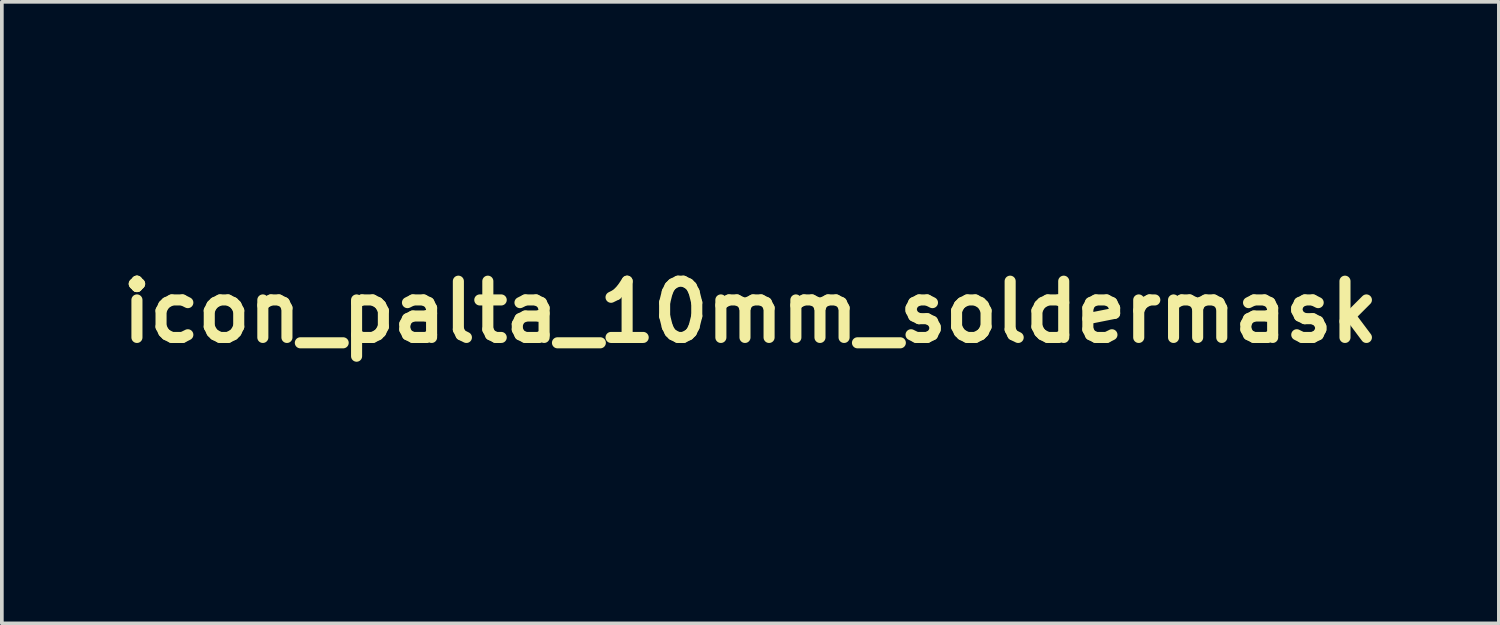
<source format=kicad_pcb>
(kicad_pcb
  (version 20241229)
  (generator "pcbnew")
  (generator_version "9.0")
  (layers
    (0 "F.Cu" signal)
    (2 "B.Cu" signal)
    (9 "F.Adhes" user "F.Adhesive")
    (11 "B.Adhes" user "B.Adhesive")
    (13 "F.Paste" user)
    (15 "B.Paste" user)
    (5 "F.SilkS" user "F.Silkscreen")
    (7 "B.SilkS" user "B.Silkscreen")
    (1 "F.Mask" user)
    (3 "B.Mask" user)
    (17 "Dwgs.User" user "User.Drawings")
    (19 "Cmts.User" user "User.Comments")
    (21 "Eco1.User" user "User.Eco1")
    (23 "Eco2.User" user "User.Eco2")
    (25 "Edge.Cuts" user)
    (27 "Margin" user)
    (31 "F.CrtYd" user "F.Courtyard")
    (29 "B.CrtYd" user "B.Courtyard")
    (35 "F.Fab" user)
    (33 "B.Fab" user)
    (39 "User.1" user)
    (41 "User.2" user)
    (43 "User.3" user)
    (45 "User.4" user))
  (footprint "icon_palta_10mm_soldermask"
    (layer "F.Cu")
    (at 17.279 5.403)
    (property "Reference" "icon_palta_10mm_soldermask" (at 0 0 0) (layer "F.SilkS") (effects (font (size 1.524 1.524) (thickness 0.3))))
    (attr through_hole)
    (fp_poly (pts (xy 2.391 -5.397) (xy 2.488 -5.394) (xy 2.567 -5.387) (xy 2.639 -5.376) (xy 2.715 -5.359) (xy 2.765 -5.347) (xy 2.933 -5.293) (xy 3.108 -5.222) (xy 3.275 -5.139) (xy 3.421 -5.05) (xy 3.447 -5.032) (xy 3.514 -4.98) (xy 3.593 -4.91) (xy 3.674 -4.834) (xy 3.715 -4.794) (xy 3.897 -4.58) (xy 4.043 -4.35) (xy 4.154 -4.104) (xy 4.229 -3.842) (xy 4.269 -3.563) (xy 4.273 -3.496) (xy 4.277 -3.354) (xy 4.272 -3.223) (xy 4.256 -3.094) (xy 4.229 -2.957) (xy 4.189 -2.803) (xy 4.134 -2.624) (xy 4.129 -2.608) (xy 3.99 -2.141) (xy 3.869 -1.658) (xy 3.768 -1.173) (xy 3.691 -0.698) (xy 3.665 -0.498) (xy 3.643 -0.3) (xy 3.626 -0.114) (xy 3.613 0.067) (xy 3.604 0.252) (xy 3.6 0.447) (xy 3.598 0.661) (xy 3.6 0.9) (xy 3.603 1.087) (xy 3.606 1.347) (xy 3.606 1.573) (xy 3.602 1.771) (xy 3.593 1.947) (xy 3.58 2.104) (xy 3.56 2.25) (xy 3.534 2.389) (xy 3.501 2.527) (xy 3.461 2.669) (xy 3.417 2.804) (xy 3.279 3.16) (xy 3.109 3.496) (xy 2.909 3.81) (xy 2.682 4.1) (xy 2.429 4.366) (xy 2.153 4.605) (xy 1.856 4.817) (xy 1.54 5) (xy 1.208 5.152) (xy 0.861 5.273) (xy 0.502 5.361) (xy 0.132 5.414) (xy -0.245 5.431) (xy -0.628 5.411) (xy -0.635 5.41) (xy -0.873 5.376) (xy -1.125 5.323) (xy -1.374 5.254) (xy -1.436 5.234) (xy -1.792 5.096) (xy -1.913 5.035) (xy -1.563 5.035) (xy -1.546 5.095) (xy -1.5 5.149) (xy -1.438 5.186) (xy -1.391 5.196) (xy -1.361 5.184) (xy -1.32 5.152) (xy -1.308 5.14) (xy -1.263 5.08) (xy -1.255 5.024) (xy -1.285 4.966) (xy -1.309 4.94) (xy -1.368 4.882) (xy -1.368 3.526) (xy -1.289 3.448) (xy -1.211 3.448) (xy -1.211 4.232) (xy -1.211 4.427) (xy -1.211 4.588) (xy -1.21 4.716) (xy -1.209 4.817) (xy -1.207 4.894) (xy -1.204 4.95) (xy -1.2 4.99) (xy -1.194 5.016) (xy -1.187 5.033) (xy -1.178 5.045) (xy -1.173 5.05) (xy -1.144 5.096) (xy -1.145 5.132) (xy -1.142 5.191) (xy -1.109 5.247) (xy -1.055 5.291) (xy -0.989 5.313) (xy -0.98 5.313) (xy -0.951 5.301) (xy -0.91 5.269) (xy -0.897 5.257) (xy -0.852 5.198) (xy -0.845 5.142) (xy -0.875 5.084) (xy -0.9 5.057) (xy -0.946 5.018) (xy -0.986 5.005) (xy -1.015 5.008) (xy -1.071 5.007) (xy -1.102 4.985) (xy -1.11 4.972) (xy -1.117 4.951) (xy -1.122 4.919) (xy -1.126 4.87) (xy -1.129 4.803) (xy -1.131 4.712) (xy -1.132 4.594) (xy -1.133 4.445) (xy -1.133 4.262) (xy -1.133 4.228) (xy -1.133 3.506) (xy -1.055 3.506) (xy -1.055 4.426) (xy -0.801 4.679) (xy -0.709 4.772) (xy -0.642 4.841) (xy -0.596 4.894) (xy -0.568 4.932) (xy -0.553 4.962) (xy -0.547 4.988) (xy -0.547 4.995) (xy -0.563 5.061) (xy -0.606 5.116) (xy -0.643 5.163) (xy -0.663 5.207) (xy -0.664 5.217) (xy -0.649 5.262) (xy -0.61 5.312) (xy -0.561 5.353) (xy -0.514 5.373) (xy -0.508 5.373) (xy -0.468 5.36) (xy -0.42 5.327) (xy -0.409 5.316) (xy -0.364 5.256) (xy -0.361 5.232) (xy -0.132 5.232) (xy -0.104 5.289) (xy -0.08 5.316) (xy -0.02 5.361) (xy 0.036 5.368) (xy 0.094 5.338) (xy 0.121 5.314) (xy 0.162 5.262) (xy 0.172 5.217) (xy 0.171 5.207) (xy 0.172 5.179) (xy 0.188 5.146) (xy 0.224 5.102) (xy 0.284 5.041) (xy 0.296 5.03) (xy 0.43 4.9) (xy 0.43 4.764) (xy 0.428 4.671) (xy 0.417 4.61) (xy 0.393 4.574) (xy 0.35 4.558) (xy 0.282 4.553) (xy 0.257 4.552) (xy 0.165 4.547) (xy 0.109 4.532) (xy 0.089 4.508) (xy 0.101 4.481) (xy 0.136 4.464) (xy 0.206 4.456) (xy 0.252 4.455) (xy 0.327 4.451) (xy 0.383 4.442) (xy 0.406 4.431) (xy 0.424 4.392) (xy 0.43 4.332) (xy 0.423 4.27) (xy 0.407 4.221) (xy 0.399 4.212) (xy 0.364 4.193) (xy 0.302 4.183) (xy 0.235 4.181) (xy 0.159 4.179) (xy 0.114 4.171) (xy 0.093 4.156) (xy 0.09 4.151) (xy 0.087 4.131) (xy 0.099 4.118) (xy 0.132 4.109) (xy 0.194 4.102) (xy 0.26 4.098) (xy 0.35 4.089) (xy 0.401 4.073) (xy 0.411 4.063) (xy 0.418 4.033) (xy 0.424 3.973) (xy 0.428 3.891) (xy 0.43 3.797) (xy 0.43 3.795) (xy 0.43 3.698) (xy 0.427 3.626) (xy 0.417 3.571) (xy 0.397 3.524) (xy 0.361 3.478) (xy 0.307 3.424) (xy 0.23 3.354) (xy 0.2 3.327) (xy 0.132 3.268) (xy 0.086 3.233) (xy 0.055 3.218) (xy 0.035 3.22) (xy 0.029 3.224) (xy 0.021 3.238) (xy 0.026 3.259) (xy 0.049 3.293) (xy 0.092 3.345) (xy 0.159 3.419) (xy 0.166 3.426) (xy 0.331 3.605) (xy 0.332 3.785) (xy 0.33 3.88) (xy 0.321 3.943) (xy 0.299 3.981) (xy 0.258 3.999) (xy 0.193 4.005) (xy 0.142 4.005) (xy 0.062 4.01) (xy 0.013 4.027) (xy -0.012 4.062) (xy -0.019 4.12) (xy -0.02 4.128) (xy -0.015 4.2) (xy 0.003 4.245) (xy 0.042 4.269) (xy 0.109 4.278) (xy 0.155 4.279) (xy 0.244 4.283) (xy 0.298 4.296) (xy 0.31 4.305) (xy 0.323 4.33) (xy 0.311 4.345) (xy 0.269 4.354) (xy 0.193 4.357) (xy 0.174 4.357) (xy 0.084 4.362) (xy 0.027 4.379) (xy -0.006 4.413) (xy -0.018 4.469) (xy -0.02 4.504) (xy -0.014 4.571) (xy 0.009 4.615) (xy 0.053 4.639) (xy 0.127 4.649) (xy 0.175 4.65) (xy 0.253 4.652) (xy 0.3 4.664) (xy 0.323 4.69) (xy 0.331 4.74) (xy 0.332 4.784) (xy 0.328 4.825) (xy 0.313 4.862) (xy 0.28 4.905) (xy 0.224 4.964) (xy 0.219 4.969) (xy 0.161 5.024) (xy 0.12 5.057) (xy 0.089 5.07) (xy 0.058 5.071) (xy 0.044 5.068) (xy -0.002 5.065) (xy -0.04 5.082) (xy -0.077 5.115) (xy -0.124 5.176) (xy -0.132 5.232) (xy -0.361 5.232) (xy -0.356 5.2) (xy -0.387 5.142) (xy -0.41 5.116) (xy -0.449 5.069) (xy -0.466 5.02) (xy -0.469 4.966) (xy -0.47 4.933) (xy -0.474 4.905) (xy -0.486 4.877) (xy -0.509 4.843) (xy -0.547 4.799) (xy -0.604 4.74) (xy -0.684 4.66) (xy -0.723 4.621) (xy -0.724 4.619) (xy -0.584 4.619) (xy -0.579 4.661) (xy -0.551 4.684) (xy -0.523 4.686) (xy -0.488 4.669) (xy -0.479 4.631) (xy -0.489 4.59) (xy -0.523 4.576) (xy -0.564 4.585) (xy -0.584 4.619) (xy -0.724 4.619) (xy -0.977 4.367) (xy -0.977 3.857) (xy -0.584 3.857) (xy -0.579 3.899) (xy -0.551 3.922) (xy -0.523 3.924) (xy -0.488 3.907) (xy -0.479 3.869) (xy -0.489 3.828) (xy -0.523 3.814) (xy -0.564 3.823) (xy -0.584 3.857) (xy -0.977 3.857) (xy -0.977 3.565) (xy -0.939 3.528) (xy -0.829 3.528) (xy -0.822 3.544) (xy -0.822 3.545) (xy -0.795 3.57) (xy -0.784 3.576) (xy -0.766 3.562) (xy -0.726 3.527) (xy -0.671 3.474) (xy -0.609 3.413) (xy -0.541 3.344) (xy -0.497 3.296) (xy -0.473 3.265) (xy -0.467 3.244) (xy -0.473 3.229) (xy -0.484 3.218) (xy -0.501 3.206) (xy -0.518 3.205) (xy -0.543 3.218) (xy -0.58 3.249) (xy -0.635 3.302) (xy -0.683 3.35) (xy -0.753 3.422) (xy -0.798 3.472) (xy -0.822 3.505) (xy -0.829 3.528) (xy -0.939 3.528) (xy -0.772 3.361) (xy -0.693 3.282) (xy -0.639 3.225) (xy -0.605 3.186) (xy -0.589 3.16) (xy -0.587 3.142) (xy -0.593 3.132) (xy 0.129 3.132) (xy 0.134 3.154) (xy 0.156 3.189) (xy 0.2 3.241) (xy 0.249 3.296) (xy 0.312 3.365) (xy 0.372 3.429) (xy 0.418 3.477) (xy 0.438 3.496) (xy 0.488 3.543) (xy 0.488 4.96) (xy 0.43 5.018) (xy 0.393 5.065) (xy 0.373 5.109) (xy 0.371 5.119) (xy 0.387 5.165) (xy 0.425 5.214) (xy 0.474 5.255) (xy 0.521 5.275) (xy 0.528 5.275) (xy 0.568 5.262) (xy 0.615 5.229) (xy 0.627 5.218) (xy 0.672 5.16) (xy 0.68 5.105) (xy 0.651 5.046) (xy 0.635 5.025) (xy 0.586 4.967) (xy 0.586 3.503) (xy 0.376 3.296) (xy 0.294 3.216) (xy 0.235 3.16) (xy 0.194 3.127) (xy 0.166 3.111) (xy 0.148 3.11) (xy 0.139 3.116) (xy 0.129 3.132) (xy -0.593 3.132) (xy -0.596 3.126) (xy -0.6 3.121) (xy -0.614 3.109) (xy -0.63 3.106) (xy -0.652 3.116) (xy -0.685 3.142) (xy -0.734 3.187) (xy -0.804 3.256) (xy -0.844 3.296) (xy -1.055 3.506) (xy -1.133 3.506) (xy -1.133 3.506) (xy -1.044 3.418) (xy -0.99 3.365) (xy -0.922 3.293) (xy -0.85 3.216) (xy -0.817 3.18) (xy -0.755 3.11) (xy -0.717 3.062) (xy -0.699 3.031) (xy -0.698 3.01) (xy 0.229 3.01) (xy 0.231 3.026) (xy 0.243 3.05) (xy 0.27 3.084) (xy 0.315 3.134) (xy 0.379 3.201) (xy 0.466 3.289) (xy 0.552 3.376) (xy 0.899 3.722) (xy 0.899 4.882) (xy 0.84 4.94) (xy 0.803 4.987) (xy 0.783 5.031) (xy 0.782 5.041) (xy 0.797 5.086) (xy 0.836 5.136) (xy 0.885 5.177) (xy 0.932 5.197) (xy 0.938 5.197) (xy 0.978 5.184) (xy 1.025 5.151) (xy 1.037 5.14) (xy 1.082 5.081) (xy 1.09 5.027) (xy 1.062 4.967) (xy 1.045 4.947) (xy 0.996 4.889) (xy 0.994 4.276) (xy 0.992 3.663) (xy 0.63 3.316) (xy 0.518 3.21) (xy 0.431 3.128) (xy 0.366 3.068) (xy 0.318 3.028) (xy 0.284 3.003) (xy 0.262 2.992) (xy 0.246 2.992) (xy 0.236 2.999) (xy 0.229 3.01) (xy -0.698 3.01) (xy -0.698 3.01) (xy -0.705 2.998) (xy -0.717 2.99) (xy -0.735 2.993) (xy -0.763 3.012) (xy -0.806 3.048) (xy -0.867 3.105) (xy -0.949 3.187) (xy -0.971 3.208) (xy -1.211 3.448) (xy -1.289 3.448) (xy -1.075 3.234) (xy -0.978 3.137) (xy -0.906 3.064) (xy -0.856 3.01) (xy -0.824 2.972) (xy -0.808 2.946) (xy -0.804 2.928) (xy -0.807 2.918) (xy 0.343 2.918) (xy 0.348 2.94) (xy 0.37 2.972) (xy 0.412 3.019) (xy 0.479 3.087) (xy 0.48 3.088) (xy 0.543 3.15) (xy 0.595 3.201) (xy 0.632 3.233) (xy 0.647 3.243) (xy 0.669 3.23) (xy 0.681 3.218) (xy 0.684 3.2) (xy 0.668 3.17) (xy 0.63 3.124) (xy 0.567 3.059) (xy 0.54 3.031) (xy 0.47 2.962) (xy 0.422 2.918) (xy 0.39 2.895) (xy 0.369 2.89) (xy 0.355 2.898) (xy 0.352 2.901) (xy 0.343 2.918) (xy -0.807 2.918) (xy -0.809 2.914) (xy -0.815 2.906) (xy -0.827 2.896) (xy -0.841 2.893) (xy -0.861 2.901) (xy -0.891 2.922) (xy -0.934 2.961) (xy -0.995 3.019) (xy -1.077 3.099) (xy -1.147 3.169) (xy -1.446 3.468) (xy -1.446 4.882) (xy -1.504 4.94) (xy -1.541 4.985) (xy -1.562 5.026) (xy -1.563 5.035) (xy -1.913 5.035) (xy -2.127 4.927) (xy -2.255 4.846) (xy -1.973 4.846) (xy -1.958 4.891) (xy -1.919 4.94) (xy -1.87 4.981) (xy -1.823 5.001) (xy -1.817 5.002) (xy -1.777 4.989) (xy -1.73 4.956) (xy -1.718 4.945) (xy -1.673 4.885) (xy -1.665 4.829) (xy -1.696 4.771) (xy -1.719 4.745) (xy -1.778 4.686) (xy -1.778 3.722) (xy -1.474 3.419) (xy -1.374 3.319) (xy -1.274 3.217) (xy -1.18 3.121) (xy -1.099 3.037) (xy -1.039 2.972) (xy -1.032 2.965) (xy -0.97 2.895) (xy -0.932 2.848) (xy -0.914 2.816) (xy -0.913 2.8) (xy 0.441 2.8) (xy 0.444 2.819) (xy 0.462 2.848) (xy 0.501 2.893) (xy 0.564 2.957) (xy 0.586 2.98) (xy 0.657 3.05) (xy 0.706 3.095) (xy 0.739 3.119) (xy 0.76 3.127) (xy 0.776 3.12) (xy 0.78 3.116) (xy 0.79 3.101) (xy 0.787 3.081) (xy 0.768 3.052) (xy 0.73 3.008) (xy 0.667 2.944) (xy 0.645 2.921) (xy 0.574 2.851) (xy 0.525 2.806) (xy 0.492 2.781) (xy 0.471 2.774) (xy 0.455 2.781) (xy 0.451 2.784) (xy 0.441 2.8) (xy -0.913 2.8) (xy -0.913 2.795) (xy -0.92 2.783) (xy -0.929 2.777) (xy -0.946 2.781) (xy -0.971 2.797) (xy -1.008 2.827) (xy -1.059 2.873) (xy -1.128 2.939) (xy -1.218 3.026) (xy -1.33 3.138) (xy -1.4 3.208) (xy -1.856 3.663) (xy -1.856 4.686) (xy -1.915 4.745) (xy -1.952 4.791) (xy -1.972 4.835) (xy -1.973 4.846) (xy -2.255 4.846) (xy -2.44 4.729) (xy -2.515 4.67) (xy -2.325 4.67) (xy -2.309 4.715) (xy -2.271 4.765) (xy -2.222 4.806) (xy -2.175 4.826) (xy -2.169 4.826) (xy -2.129 4.813) (xy -2.081 4.78) (xy -2.07 4.769) (xy -2.025 4.709) (xy -2.017 4.653) (xy -2.047 4.595) (xy -2.071 4.569) (xy -2.13 4.51) (xy -2.13 3.859) (xy -1.708 3.439) (xy -1.595 3.325) (xy -1.483 3.212) (xy -1.378 3.106) (xy -1.285 3.01) (xy -1.209 2.931) (xy -1.156 2.874) (xy -1.149 2.867) (xy -1.087 2.798) (xy -1.049 2.75) (xy -1.031 2.719) (xy -1.03 2.697) (xy -1.03 2.697) (xy 0.562 2.697) (xy 0.563 2.712) (xy 0.575 2.734) (xy 0.6 2.767) (xy 0.641 2.813) (xy 0.7 2.876) (xy 0.782 2.959) (xy 0.887 3.066) (xy 0.933 3.112) (xy 1.329 3.508) (xy 1.329 4.686) (xy 1.27 4.745) (xy 1.233 4.791) (xy 1.213 4.835) (xy 1.211 4.846) (xy 1.227 4.891) (xy 1.266 4.94) (xy 1.315 4.981) (xy 1.361 5.001) (xy 1.368 5.002) (xy 1.408 4.989) (xy 1.455 4.956) (xy 1.467 4.945) (xy 1.512 4.886) (xy 1.52 4.831) (xy 1.491 4.772) (xy 1.475 4.751) (xy 1.426 4.693) (xy 1.424 4.071) (xy 1.422 3.449) (xy 1.011 3.052) (xy 0.892 2.937) (xy 0.798 2.848) (xy 0.725 2.78) (xy 0.671 2.732) (xy 0.631 2.701) (xy 0.604 2.684) (xy 0.586 2.678) (xy 0.574 2.682) (xy 0.569 2.686) (xy 0.562 2.697) (xy -1.03 2.697) (xy -1.037 2.685) (xy -1.046 2.68) (xy -1.061 2.684) (xy -1.085 2.699) (xy -1.121 2.727) (xy -1.17 2.771) (xy -1.235 2.832) (xy -1.318 2.913) (xy -1.423 3.016) (xy -1.551 3.144) (xy -1.635 3.227) (xy -2.208 3.8) (xy -2.208 4.51) (xy -2.266 4.569) (xy -2.304 4.616) (xy -2.324 4.66) (xy -2.325 4.67) (xy -2.515 4.67) (xy -2.729 4.503) (xy -2.821 4.416) (xy -2.677 4.416) (xy -2.661 4.461) (xy -2.623 4.511) (xy -2.574 4.552) (xy -2.527 4.572) (xy -2.52 4.572) (xy -2.48 4.559) (xy -2.433 4.526) (xy -2.421 4.515) (xy -2.376 4.455) (xy -2.369 4.399) (xy -2.399 4.341) (xy -2.423 4.315) (xy -2.453 4.281) (xy -2.471 4.248) (xy -2.479 4.204) (xy -2.481 4.136) (xy -2.481 4.114) (xy -2.481 3.972) (xy -1.877 3.375) (xy -1.711 3.21) (xy -1.57 3.07) (xy -1.453 2.954) (xy -1.357 2.858) (xy -1.282 2.781) (xy -1.223 2.72) (xy -1.181 2.674) (xy -1.151 2.639) (xy -1.134 2.615) (xy -1.125 2.597) (xy -1.124 2.585) (xy -1.128 2.578) (xy 0.661 2.578) (xy 0.661 2.591) (xy 0.671 2.611) (xy 0.692 2.641) (xy 0.727 2.682) (xy 0.779 2.737) (xy 0.849 2.81) (xy 0.941 2.903) (xy 1.056 3.019) (xy 1.158 3.122) (xy 1.68 3.644) (xy 1.68 4.471) (xy 1.622 4.53) (xy 1.585 4.576) (xy 1.564 4.621) (xy 1.563 4.631) (xy 1.579 4.676) (xy 1.617 4.726) (xy 1.666 4.766) (xy 1.713 4.787) (xy 1.719 4.787) (xy 1.76 4.774) (xy 1.807 4.741) (xy 1.819 4.73) (xy 1.863 4.671) (xy 1.871 4.616) (xy 1.843 4.557) (xy 1.827 4.536) (xy 1.811 4.517) (xy 1.799 4.497) (xy 1.791 4.472) (xy 1.784 4.436) (xy 1.781 4.383) (xy 1.778 4.309) (xy 1.777 4.208) (xy 1.776 4.075) (xy 1.776 4.032) (xy 1.773 3.585) (xy 1.236 3.061) (xy 1.099 2.927) (xy 0.987 2.818) (xy 0.897 2.732) (xy 0.826 2.667) (xy 0.773 2.619) (xy 0.734 2.587) (xy 0.707 2.569) (xy 0.688 2.561) (xy 0.675 2.562) (xy 0.667 2.568) (xy 0.661 2.578) (xy -1.128 2.578) (xy -1.128 2.577) (xy -1.135 2.57) (xy -1.144 2.567) (xy -1.16 2.572) (xy -1.185 2.588) (xy -1.221 2.617) (xy -1.27 2.66) (xy -1.335 2.72) (xy -1.418 2.799) (xy -1.52 2.899) (xy -1.645 3.022) (xy -1.794 3.169) (xy -1.861 3.235) (xy -2.56 3.928) (xy -2.56 4.092) (xy -2.56 4.174) (xy -2.565 4.227) (xy -2.576 4.263) (xy -2.596 4.292) (xy -2.618 4.315) (xy -2.655 4.362) (xy -2.675 4.406) (xy -2.677 4.416) (xy -2.821 4.416) (xy -2.993 4.253) (xy -3.089 4.142) (xy -2.97 4.142) (xy -2.954 4.188) (xy -2.916 4.237) (xy -2.867 4.278) (xy -2.82 4.298) (xy -2.814 4.298) (xy -2.773 4.285) (xy -2.726 4.252) (xy -2.714 4.241) (xy -2.669 4.183) (xy -2.66 4.129) (xy -2.686 4.071) (xy -2.689 4.066) (xy -2.696 4.055) (xy -2.699 4.044) (xy -2.696 4.029) (xy -2.686 4.008) (xy -2.665 3.98) (xy -2.632 3.941) (xy -2.584 3.889) (xy -2.52 3.821) (xy -2.437 3.736) (xy -2.333 3.63) (xy -2.206 3.502) (xy -2.053 3.348) (xy -2.049 3.344) (xy -1.877 3.171) (xy -1.731 3.024) (xy -1.608 2.9) (xy -1.507 2.797) (xy -1.425 2.714) (xy -1.362 2.647) (xy -1.313 2.596) (xy -1.279 2.557) (xy -1.256 2.529) (xy -1.244 2.509) (xy -1.238 2.496) (xy -1.239 2.488) (xy 0.779 2.488) (xy 0.785 2.504) (xy 0.8 2.528) (xy 0.826 2.561) (xy 0.867 2.606) (xy 0.923 2.666) (xy 0.997 2.743) (xy 1.091 2.838) (xy 1.207 2.956) (xy 1.348 3.097) (xy 1.432 3.18) (xy 2.11 3.859) (xy 2.11 4.019) (xy 2.109 4.099) (xy 2.104 4.151) (xy 2.093 4.186) (xy 2.072 4.216) (xy 2.052 4.237) (xy 2.014 4.283) (xy 1.994 4.327) (xy 1.993 4.338) (xy 2.009 4.383) (xy 2.047 4.432) (xy 2.096 4.473) (xy 2.143 4.493) (xy 2.149 4.494) (xy 2.189 4.481) (xy 2.237 4.448) (xy 2.248 4.437) (xy 2.293 4.378) (xy 2.301 4.323) (xy 2.273 4.264) (xy 2.257 4.243) (xy 2.234 4.213) (xy 2.219 4.18) (xy 2.211 4.135) (xy 2.207 4.069) (xy 2.205 3.993) (xy 2.202 3.8) (xy 1.511 3.117) (xy 1.355 2.962) (xy 1.224 2.833) (xy 1.116 2.727) (xy 1.028 2.642) (xy 0.959 2.577) (xy 0.905 2.528) (xy 0.865 2.494) (xy 0.836 2.473) (xy 0.816 2.462) (xy 0.802 2.459) (xy 0.792 2.463) (xy 0.787 2.468) (xy 0.78 2.476) (xy 0.779 2.488) (xy -1.239 2.488) (xy -1.239 2.486) (xy -1.244 2.479) (xy -1.251 2.471) (xy -1.251 2.471) (xy -1.259 2.467) (xy -1.272 2.47) (xy -1.294 2.482) (xy -1.325 2.506) (xy -1.368 2.543) (xy -1.425 2.595) (xy -1.498 2.664) (xy -1.589 2.752) (xy -1.701 2.86) (xy -1.835 2.992) (xy -1.994 3.149) (xy -2.07 3.224) (xy -2.217 3.37) (xy -2.357 3.508) (xy -2.488 3.637) (xy -2.607 3.753) (xy -2.71 3.854) (xy -2.795 3.938) (xy -2.86 4.001) (xy -2.902 4.041) (xy -2.916 4.054) (xy -2.952 4.096) (xy -2.97 4.138) (xy -2.97 4.142) (xy -3.089 4.142) (xy -3.232 3.98) (xy -3.354 3.81) (xy -3.243 3.81) (xy -3.228 3.855) (xy -3.189 3.905) (xy -3.14 3.946) (xy -3.093 3.966) (xy -3.087 3.966) (xy -3.047 3.953) (xy -3 3.92) (xy -2.986 3.908) (xy -2.935 3.866) (xy -2.878 3.85) (xy -2.845 3.849) (xy -2.761 3.849) (xy -2.045 3.128) (xy -1.907 2.988) (xy -1.778 2.858) (xy -1.66 2.737) (xy -1.557 2.631) (xy -1.469 2.54) (xy -1.4 2.468) (xy -1.353 2.417) (xy -1.33 2.391) (xy -1.329 2.387) (xy -1.342 2.36) (xy -1.354 2.348) (xy -1.366 2.349) (xy -1.391 2.365) (xy -1.429 2.396) (xy -1.484 2.445) (xy -1.557 2.513) (xy -1.65 2.602) (xy -1.764 2.714) (xy -1.901 2.85) (xy -2.064 3.011) (xy -2.101 3.049) (xy -2.267 3.215) (xy -2.407 3.355) (xy -2.525 3.471) (xy -2.622 3.565) (xy -2.701 3.639) (xy -2.765 3.694) (xy -2.816 3.733) (xy -2.855 3.757) (xy -2.887 3.768) (xy -2.913 3.767) (xy -2.935 3.758) (xy -2.957 3.741) (xy -2.98 3.719) (xy -2.986 3.712) (xy -3.033 3.675) (xy -3.077 3.655) (xy -3.087 3.654) (xy -3.133 3.669) (xy -3.182 3.708) (xy -3.223 3.757) (xy -3.243 3.804) (xy -3.243 3.81) (xy -3.354 3.81) (xy -3.443 3.686) (xy -3.565 3.478) (xy -3.497 3.478) (xy -3.482 3.523) (xy -3.443 3.573) (xy -3.394 3.614) (xy -3.347 3.634) (xy -3.341 3.634) (xy -3.301 3.621) (xy -3.254 3.588) (xy -3.24 3.576) (xy -3.182 3.517) (xy -2.915 3.515) (xy -2.647 3.513) (xy -2.043 2.899) (xy -1.898 2.751) (xy -1.778 2.629) (xy -1.682 2.529) (xy -1.606 2.449) (xy -1.549 2.387) (xy -1.508 2.341) (xy -1.503 2.333) (xy -0.584 2.333) (xy -0.579 2.375) (xy -0.551 2.398) (xy -0.523 2.4) (xy -0.488 2.383) (xy -0.479 2.345) (xy -0.482 2.333) (xy 0.178 2.333) (xy 0.183 2.375) (xy 0.211 2.398) (xy 0.239 2.4) (xy 0.274 2.383) (xy 0.277 2.37) (xy 0.871 2.37) (xy 0.873 2.389) (xy 0.892 2.419) (xy 0.931 2.463) (xy 0.993 2.527) (xy 1.016 2.55) (xy 1.087 2.62) (xy 1.136 2.665) (xy 1.168 2.69) (xy 1.19 2.697) (xy 1.206 2.69) (xy 1.21 2.686) (xy 1.22 2.671) (xy 1.217 2.652) (xy 1.198 2.622) (xy 1.16 2.578) (xy 1.097 2.514) (xy 1.075 2.491) (xy 1.004 2.421) (xy 0.955 2.376) (xy 0.922 2.351) (xy 0.9 2.344) (xy 0.885 2.351) (xy 0.88 2.355) (xy 0.871 2.37) (xy 0.277 2.37) (xy 0.283 2.345) (xy 0.273 2.304) (xy 0.239 2.29) (xy 0.198 2.299) (xy 0.178 2.333) (xy -0.482 2.333) (xy -0.489 2.304) (xy -0.523 2.29) (xy -0.564 2.299) (xy -0.584 2.333) (xy -1.503 2.333) (xy -1.482 2.307) (xy -1.468 2.283) (xy -1.465 2.274) (xy 0.995 2.274) (xy 1.003 2.292) (xy 1.021 2.318) (xy 1.051 2.354) (xy 1.095 2.403) (xy 1.155 2.467) (xy 1.234 2.549) (xy 1.334 2.65) (xy 1.456 2.773) (xy 1.603 2.92) (xy 1.662 2.979) (xy 2.354 3.673) (xy 2.375 3.795) (xy 2.386 3.864) (xy 2.386 3.907) (xy 2.376 3.938) (xy 2.352 3.971) (xy 2.351 3.973) (xy 2.32 4.02) (xy 2.306 4.063) (xy 2.306 4.067) (xy 2.321 4.111) (xy 2.359 4.159) (xy 2.408 4.199) (xy 2.454 4.22) (xy 2.462 4.22) (xy 2.502 4.207) (xy 2.549 4.174) (xy 2.561 4.163) (xy 2.606 4.103) (xy 2.613 4.047) (xy 2.583 3.989) (xy 2.561 3.965) (xy 2.527 3.922) (xy 2.503 3.87) (xy 2.487 3.795) (xy 2.483 3.772) (xy 2.462 3.636) (xy 1.901 3.067) (xy 1.773 2.937) (xy 1.647 2.81) (xy 1.527 2.691) (xy 1.418 2.583) (xy 1.324 2.491) (xy 1.248 2.417) (xy 1.195 2.367) (xy 1.187 2.359) (xy 1.118 2.298) (xy 1.072 2.26) (xy 1.041 2.242) (xy 1.021 2.24) (xy 1.005 2.25) (xy 1.001 2.253) (xy 0.995 2.262) (xy 0.995 2.274) (xy -1.465 2.274) (xy -1.464 2.267) (xy -1.467 2.257) (xy -1.469 2.254) (xy -1.478 2.249) (xy -1.492 2.251) (xy -1.513 2.262) (xy -1.543 2.285) (xy -1.585 2.321) (xy -1.642 2.374) (xy -1.715 2.445) (xy -1.807 2.536) (xy -1.921 2.65) (xy -2.06 2.79) (xy -2.101 2.832) (xy -2.704 3.439) (xy -3.182 3.439) (xy -3.24 3.38) (xy -3.287 3.343) (xy -3.331 3.323) (xy -3.341 3.322) (xy -3.387 3.337) (xy -3.436 3.376) (xy -3.477 3.425) (xy -3.497 3.472) (xy -3.497 3.478) (xy -3.565 3.478) (xy -3.625 3.375) (xy -3.778 3.048) (xy -3.785 3.028) (xy -3.732 3.028) (xy -3.716 3.074) (xy -3.678 3.123) (xy -3.629 3.164) (xy -3.582 3.184) (xy -3.576 3.185) (xy -3.536 3.171) (xy -3.488 3.138) (xy -3.475 3.126) (xy -3.416 3.068) (xy -2.413 3.068) (xy -2.051 2.701) (xy -1.918 2.567) (xy -1.81 2.457) (xy -1.725 2.37) (xy -1.66 2.302) (xy -1.613 2.251) (xy -1.581 2.213) (xy -1.562 2.187) (xy -1.553 2.169) (xy -1.553 2.165) (xy 1.101 2.165) (xy 1.107 2.181) (xy 1.121 2.204) (xy 1.147 2.236) (xy 1.185 2.28) (xy 1.239 2.337) (xy 1.31 2.411) (xy 1.4 2.503) (xy 1.512 2.615) (xy 1.647 2.751) (xy 1.807 2.911) (xy 1.818 2.922) (xy 1.98 3.084) (xy 2.116 3.221) (xy 2.229 3.335) (xy 2.321 3.428) (xy 2.394 3.503) (xy 2.45 3.563) (xy 2.491 3.609) (xy 2.519 3.644) (xy 2.537 3.671) (xy 2.546 3.691) (xy 2.549 3.707) (xy 2.549 3.721) (xy 2.548 3.726) (xy 2.545 3.773) (xy 2.562 3.812) (xy 2.595 3.849) (xy 2.656 3.895) (xy 2.712 3.903) (xy 2.769 3.874) (xy 2.796 3.851) (xy 2.832 3.804) (xy 2.852 3.76) (xy 2.853 3.751) (xy 2.837 3.703) (xy 2.797 3.653) (xy 2.746 3.615) (xy 2.696 3.598) (xy 2.687 3.599) (xy 2.673 3.597) (xy 2.652 3.586) (xy 2.622 3.565) (xy 2.582 3.532) (xy 2.529 3.484) (xy 2.46 3.42) (xy 2.374 3.337) (xy 2.269 3.234) (xy 2.142 3.108) (xy 1.991 2.958) (xy 1.889 2.857) (xy 1.727 2.694) (xy 1.589 2.557) (xy 1.474 2.443) (xy 1.381 2.351) (xy 1.305 2.278) (xy 1.247 2.223) (xy 1.202 2.183) (xy 1.169 2.157) (xy 1.145 2.142) (xy 1.129 2.136) (xy 1.118 2.137) (xy 1.11 2.143) (xy 1.108 2.144) (xy 1.102 2.153) (xy 1.101 2.165) (xy -1.553 2.165) (xy -1.552 2.157) (xy -1.557 2.147) (xy -1.563 2.139) (xy -1.573 2.133) (xy -1.589 2.135) (xy -1.612 2.149) (xy -1.647 2.176) (xy -1.696 2.22) (xy -1.762 2.283) (xy -1.848 2.367) (xy -1.957 2.475) (xy -2.031 2.548) (xy -2.472 2.989) (xy -3.416 2.989) (xy -3.475 2.931) (xy -3.521 2.894) (xy -3.565 2.873) (xy -3.576 2.872) (xy -3.621 2.888) (xy -3.67 2.926) (xy -3.711 2.975) (xy -3.731 3.022) (xy -3.732 3.028) (xy -3.785 3.028) (xy -3.899 2.707) (xy -3.922 2.618) (xy -3.849 2.618) (xy -3.833 2.664) (xy -3.795 2.713) (xy -3.746 2.754) (xy -3.699 2.774) (xy -3.693 2.774) (xy -3.653 2.761) (xy -3.605 2.728) (xy -3.592 2.716) (xy -3.533 2.657) (xy -2.237 2.657) (xy -1.944 2.364) (xy -1.847 2.267) (xy -1.775 2.192) (xy -1.724 2.138) (xy -1.693 2.099) (xy -1.677 2.073) (xy -1.674 2.056) (xy -1.679 2.047) (xy 1.211 2.047) (xy 1.212 2.059) (xy 1.221 2.078) (xy 1.241 2.105) (xy 1.272 2.142) (xy 1.319 2.193) (xy 1.383 2.259) (xy 1.465 2.343) (xy 1.568 2.447) (xy 1.695 2.573) (xy 1.847 2.723) (xy 1.877 2.753) (xy 2.569 3.437) (xy 2.684 3.438) (xy 2.758 3.442) (xy 2.809 3.456) (xy 2.853 3.485) (xy 2.856 3.488) (xy 2.918 3.527) (xy 2.974 3.531) (xy 3.03 3.497) (xy 3.05 3.479) (xy 3.086 3.433) (xy 3.106 3.389) (xy 3.107 3.38) (xy 3.091 3.335) (xy 3.052 3.285) (xy 3.003 3.244) (xy 2.957 3.224) (xy 2.95 3.224) (xy 2.91 3.237) (xy 2.863 3.27) (xy 2.85 3.282) (xy 2.803 3.321) (xy 2.753 3.338) (xy 2.7 3.341) (xy 2.608 3.341) (xy 2.081 2.812) (xy 1.955 2.687) (xy 1.832 2.565) (xy 1.716 2.45) (xy 1.61 2.346) (xy 1.519 2.257) (xy 1.448 2.189) (xy 1.401 2.145) (xy 1.332 2.083) (xy 1.286 2.045) (xy 1.256 2.027) (xy 1.236 2.025) (xy 1.219 2.035) (xy 1.217 2.038) (xy 1.211 2.047) (xy -1.679 2.047) (xy -1.681 2.043) (xy -1.682 2.041) (xy -1.695 2.033) (xy -1.711 2.035) (xy -1.736 2.048) (xy -1.773 2.077) (xy -1.826 2.123) (xy -1.899 2.191) (xy -1.995 2.283) (xy -2.007 2.295) (xy -2.302 2.579) (xy -3.533 2.579) (xy -3.592 2.52) (xy -3.639 2.483) (xy -3.683 2.463) (xy -3.693 2.462) (xy -3.738 2.477) (xy -3.788 2.516) (xy -3.829 2.565) (xy -3.849 2.612) (xy -3.849 2.618) (xy -3.922 2.618) (xy -3.989 2.354) (xy -4.01 2.216) (xy -3.971 2.216) (xy -3.954 2.277) (xy -3.915 2.326) (xy -3.858 2.355) (xy -3.799 2.355) (xy -3.751 2.353) (xy -3.723 2.363) (xy -3.722 2.364) (xy -3.699 2.369) (xy -3.637 2.374) (xy -3.537 2.378) (xy -3.399 2.381) (xy -3.224 2.383) (xy -3.011 2.384) (xy -2.946 2.384) (xy -2.182 2.384) (xy -2.045 2.252) (xy -1.944 2.154) (xy -1.87 2.079) (xy -1.818 2.023) (xy -1.787 1.983) (xy -1.773 1.954) (xy -1.773 1.952) (xy 1.315 1.952) (xy 1.322 1.97) (xy 1.339 1.996) (xy 1.369 2.032) (xy 1.414 2.082) (xy 1.476 2.147) (xy 1.559 2.231) (xy 1.663 2.337) (xy 1.793 2.467) (xy 1.832 2.506) (xy 2.372 3.048) (xy 2.673 3.048) (xy 2.788 3.048) (xy 2.871 3.05) (xy 2.928 3.053) (xy 2.967 3.06) (xy 2.995 3.07) (xy 3.018 3.085) (xy 3.032 3.097) (xy 3.094 3.137) (xy 3.15 3.14) (xy 3.206 3.107) (xy 3.225 3.089) (xy 3.262 3.042) (xy 3.281 2.998) (xy 3.282 2.989) (xy 3.267 2.944) (xy 3.228 2.894) (xy 3.179 2.854) (xy 3.132 2.833) (xy 3.126 2.833) (xy 3.086 2.846) (xy 3.039 2.879) (xy 3.025 2.892) (xy 2.967 2.95) (xy 2.413 2.95) (xy 1.885 2.422) (xy 1.75 2.287) (xy 1.64 2.178) (xy 1.552 2.091) (xy 1.483 2.025) (xy 1.431 1.978) (xy 1.393 1.946) (xy 1.366 1.927) (xy 1.348 1.919) (xy 1.335 1.92) (xy 1.325 1.927) (xy 1.324 1.929) (xy 1.317 1.939) (xy 1.315 1.952) (xy -1.773 1.952) (xy -1.773 1.934) (xy -1.779 1.924) (xy -1.791 1.915) (xy -1.81 1.919) (xy -1.84 1.938) (xy -1.885 1.976) (xy -1.949 2.037) (xy -2.013 2.1) (xy -2.222 2.306) (xy -2.926 2.306) (xy -3.089 2.305) (xy -3.241 2.304) (xy -3.376 2.303) (xy -3.49 2.301) (xy -3.579 2.299) (xy -3.637 2.297) (xy -3.661 2.294) (xy -3.682 2.271) (xy -3.68 2.226) (xy -3.679 2.182) (xy -3.7 2.142) (xy -3.728 2.111) (xy -3.788 2.065) (xy -3.843 2.055) (xy -3.9 2.082) (xy -3.919 2.097) (xy -3.96 2.153) (xy -3.971 2.216) (xy -4.01 2.216) (xy -4.044 1.993) (xy -4.057 1.755) (xy -4.001 1.755) (xy -3.971 1.813) (xy -3.946 1.84) (xy -3.9 1.879) (xy -3.86 1.892) (xy -3.83 1.888) (xy -3.804 1.886) (xy -3.779 1.893) (xy -3.748 1.913) (xy -3.706 1.952) (xy -3.647 2.012) (xy -3.601 2.061) (xy -3.429 2.245) (xy -2.839 2.246) (xy -2.25 2.247) (xy -2.054 2.047) (xy -1.978 1.968) (xy -1.926 1.912) (xy -1.894 1.873) (xy -1.881 1.849) (xy 1.421 1.849) (xy 1.429 1.869) (xy 1.451 1.898) (xy 1.488 1.94) (xy 1.543 1.996) (xy 1.619 2.072) (xy 1.718 2.17) (xy 1.788 2.237) (xy 2.179 2.617) (xy 2.654 2.618) (xy 3.13 2.618) (xy 3.188 2.667) (xy 3.251 2.707) (xy 3.306 2.71) (xy 3.362 2.677) (xy 3.382 2.659) (xy 3.418 2.612) (xy 3.438 2.569) (xy 3.439 2.56) (xy 3.423 2.514) (xy 3.385 2.465) (xy 3.336 2.424) (xy 3.289 2.404) (xy 3.282 2.403) (xy 3.243 2.417) (xy 3.195 2.45) (xy 3.182 2.462) (xy 3.123 2.52) (xy 2.217 2.52) (xy 1.993 2.294) (xy 1.902 2.204) (xy 1.806 2.11) (xy 1.714 2.022) (xy 1.637 1.949) (xy 1.616 1.93) (xy 1.547 1.869) (xy 1.501 1.831) (xy 1.471 1.812) (xy 1.451 1.81) (xy 1.435 1.82) (xy 1.43 1.824) (xy 1.422 1.836) (xy 1.421 1.849) (xy -1.881 1.849) (xy -1.88 1.848) (xy -1.879 1.829) (xy -1.888 1.814) (xy -1.892 1.81) (xy -1.906 1.797) (xy -1.922 1.794) (xy -1.944 1.805) (xy -1.977 1.832) (xy -2.026 1.881) (xy -2.097 1.953) (xy -2.115 1.971) (xy -2.305 2.169) (xy -3.371 2.169) (xy -3.542 1.997) (xy -3.614 1.924) (xy -3.661 1.873) (xy -3.689 1.836) (xy -3.702 1.808) (xy -3.703 1.782) (xy -3.701 1.763) (xy -3.697 1.717) (xy -3.714 1.679) (xy -3.748 1.642) (xy -3.808 1.596) (xy -3.864 1.587) (xy -3.921 1.616) (xy -3.948 1.64) (xy -3.993 1.699) (xy -4.001 1.755) (xy -4.057 1.755) (xy -4.065 1.624) (xy -4.054 1.364) (xy -4.001 1.364) (xy -3.971 1.422) (xy -3.946 1.45) (xy -3.899 1.489) (xy -3.858 1.501) (xy -3.832 1.498) (xy -3.812 1.497) (xy -3.79 1.503) (xy -3.762 1.52) (xy -3.724 1.55) (xy -3.671 1.598) (xy -3.601 1.666) (xy -3.509 1.757) (xy -3.467 1.799) (xy -3.156 2.11) (xy -2.339 2.11) (xy -2.23 2.008) (xy -2.133 1.914) (xy -2.063 1.843) (xy -2.017 1.789) (xy -1.992 1.751) (xy -1.992 1.748) (xy 1.525 1.748) (xy 1.536 1.771) (xy 1.564 1.805) (xy 1.611 1.855) (xy 1.681 1.925) (xy 1.727 1.97) (xy 1.95 2.188) (xy 3.228 2.188) (xy 3.286 2.237) (xy 3.348 2.277) (xy 3.402 2.281) (xy 3.457 2.25) (xy 3.466 2.242) (xy 3.517 2.18) (xy 3.529 2.118) (xy 3.503 2.057) (xy 3.481 2.032) (xy 3.421 1.986) (xy 3.365 1.978) (xy 3.307 2.007) (xy 3.279 2.032) (xy 3.221 2.091) (xy 2.007 2.091) (xy 1.788 1.886) (xy 1.704 1.808) (xy 1.644 1.754) (xy 1.602 1.721) (xy 1.575 1.704) (xy 1.556 1.702) (xy 1.542 1.71) (xy 1.536 1.716) (xy 1.526 1.731) (xy 1.525 1.748) (xy -1.992 1.748) (xy -1.987 1.724) (xy -1.993 1.709) (xy -2.007 1.7) (xy -2.027 1.704) (xy -2.057 1.724) (xy -2.103 1.764) (xy -2.17 1.828) (xy -2.198 1.855) (xy -2.378 2.032) (xy -3.096 2.032) (xy -3.236 1.892) (xy -2.443 1.892) (xy -2.437 1.909) (xy -2.428 1.919) (xy -2.413 1.933) (xy -2.396 1.936) (xy -2.373 1.924) (xy -2.337 1.894) (xy -2.282 1.842) (xy -2.234 1.794) (xy -2.165 1.725) (xy -2.121 1.678) (xy -2.097 1.646) (xy -2.095 1.64) (xy 1.634 1.64) (xy 1.646 1.664) (xy 1.675 1.7) (xy 1.725 1.753) (xy 1.798 1.827) (xy 1.817 1.847) (xy 2.022 2.052) (xy 3.004 2.052) (xy 3.148 1.905) (xy 3.213 1.839) (xy 3.257 1.798) (xy 3.287 1.776) (xy 3.312 1.77) (xy 3.337 1.775) (xy 3.355 1.782) (xy 3.404 1.795) (xy 3.441 1.787) (xy 3.473 1.765) (xy 3.53 1.706) (xy 3.551 1.644) (xy 3.533 1.581) (xy 3.524 1.568) (xy 3.464 1.513) (xy 3.398 1.493) (xy 3.334 1.509) (xy 3.28 1.558) (xy 3.256 1.601) (xy 3.233 1.638) (xy 3.19 1.694) (xy 3.133 1.761) (xy 3.092 1.805) (xy 2.95 1.954) (xy 2.506 1.954) (xy 2.362 1.954) (xy 2.252 1.953) (xy 2.172 1.951) (xy 2.116 1.947) (xy 2.079 1.942) (xy 2.056 1.935) (xy 2.043 1.925) (xy 2.039 1.919) (xy 2.016 1.892) (xy 1.971 1.846) (xy 1.91 1.787) (xy 1.848 1.73) (xy 1.775 1.665) (xy 1.725 1.623) (xy 1.692 1.6) (xy 2.465 1.6) (xy 2.488 1.632) (xy 2.525 1.638) (xy 2.56 1.621) (xy 2.569 1.583) (xy 2.559 1.542) (xy 2.525 1.528) (xy 2.484 1.535) (xy 2.469 1.552) (xy 2.465 1.6) (xy 1.692 1.6) (xy 1.692 1.6) (xy 1.67 1.594) (xy 1.654 1.601) (xy 1.646 1.609) (xy 1.635 1.623) (xy 1.634 1.64) (xy -2.095 1.64) (xy -2.09 1.625) (xy -2.096 1.608) (xy -2.105 1.597) (xy -2.12 1.584) (xy -2.137 1.581) (xy -2.16 1.593) (xy -2.196 1.623) (xy -2.251 1.675) (xy -2.299 1.723) (xy -2.368 1.792) (xy -2.412 1.839) (xy -2.436 1.871) (xy -2.443 1.892) (xy -3.236 1.892) (xy -3.403 1.726) (xy -3.504 1.625) (xy -3.556 1.571) (xy -2.87 1.571) (xy -2.865 1.613) (xy -2.837 1.636) (xy -2.809 1.638) (xy -2.774 1.621) (xy -2.765 1.583) (xy -2.768 1.571) (xy -1.346 1.571) (xy -1.341 1.613) (xy -1.313 1.636) (xy -1.285 1.638) (xy -1.25 1.621) (xy -1.241 1.583) (xy -1.244 1.571) (xy -0.584 1.571) (xy -0.579 1.613) (xy -0.551 1.636) (xy -0.523 1.638) (xy -0.488 1.621) (xy -0.479 1.583) (xy -0.482 1.571) (xy 0.178 1.571) (xy 0.183 1.613) (xy 0.211 1.636) (xy 0.239 1.638) (xy 0.274 1.621) (xy 0.279 1.6) (xy 0.941 1.6) (xy 0.964 1.632) (xy 1.001 1.638) (xy 1.036 1.621) (xy 1.045 1.583) (xy 1.035 1.542) (xy 1.001 1.528) (xy 0.96 1.535) (xy 0.945 1.552) (xy 0.941 1.6) (xy 0.279 1.6) (xy 0.283 1.583) (xy 0.273 1.542) (xy 0.239 1.528) (xy 0.198 1.537) (xy 0.178 1.571) (xy -0.482 1.571) (xy -0.489 1.542) (xy -0.523 1.528) (xy -0.564 1.537) (xy -0.584 1.571) (xy -1.244 1.571) (xy -1.251 1.542) (xy -1.285 1.528) (xy -1.326 1.537) (xy -1.346 1.571) (xy -2.768 1.571) (xy -2.775 1.542) (xy -2.809 1.528) (xy -2.85 1.537) (xy -2.87 1.571) (xy -3.556 1.571) (xy -3.579 1.548) (xy -3.633 1.489) (xy -3.669 1.447) (xy -3.69 1.415) (xy -3.699 1.392) (xy -3.7 1.371) (xy -3.699 1.365) (xy -3.699 1.321) (xy -3.722 1.279) (xy -3.748 1.251) (xy -3.808 1.205) (xy -3.864 1.196) (xy -3.921 1.225) (xy -3.948 1.249) (xy -3.993 1.309) (xy -4.001 1.364) (xy -4.054 1.364) (xy -4.049 1.251) (xy -4.005 0.933) (xy -3.942 0.933) (xy -3.914 0.991) (xy -3.89 1.018) (xy -3.83 1.062) (xy -3.774 1.07) (xy -3.716 1.04) (xy -3.689 1.015) (xy -3.65 0.969) (xy -3.638 0.929) (xy -3.641 0.9) (xy -3.638 0.841) (xy -3.603 0.802) (xy -3.536 0.785) (xy -3.485 0.785) (xy -3.39 0.791) (xy -3.379 0.887) (xy -3.359 0.967) (xy -3.32 1.016) (xy -3.26 1.035) (xy -3.243 1.036) (xy -3.194 1.031) (xy -3.158 1.015) (xy -3.135 0.98) (xy -3.12 0.921) (xy -3.111 0.833) (xy -3.107 0.759) (xy -3.102 0.663) (xy -3.097 0.6) (xy -3.09 0.562) (xy -3.08 0.543) (xy -3.065 0.538) (xy -3.058 0.537) (xy -3.041 0.54) (xy -3.029 0.553) (xy -3.022 0.582) (xy -3.017 0.634) (xy -3.014 0.717) (xy -3.014 0.752) (xy -3.011 0.848) (xy -3.006 0.914) (xy -2.998 0.955) (xy -2.986 0.982) (xy -2.968 1.001) (xy -2.967 1.001) (xy -2.91 1.029) (xy -2.846 1.033) (xy -2.792 1.011) (xy -2.786 1.005) (xy -2.77 0.98) (xy -2.761 0.937) (xy -2.756 0.869) (xy -2.755 0.782) (xy -2.754 0.676) (xy -2.749 0.604) (xy -2.74 0.559) (xy -2.725 0.536) (xy -2.703 0.528) (xy -2.696 0.528) (xy -2.661 0.543) (xy -2.642 0.589) (xy -2.638 0.65) (xy -2.623 0.717) (xy -2.583 0.764) (xy -2.525 0.782) (xy -2.524 0.782) (xy -2.49 0.792) (xy -2.441 0.826) (xy -2.372 0.885) (xy -2.308 0.946) (xy -2.237 1.016) (xy -2.188 1.061) (xy -2.155 1.086) (xy -2.133 1.094) (xy -2.116 1.088) (xy -2.104 1.079) (xy -2.091 1.064) (xy -2.09 1.058) (xy 1.631 1.058) (xy 1.635 1.075) (xy 1.645 1.087) (xy 1.661 1.1) (xy 1.679 1.101) (xy 1.705 1.089) (xy 1.743 1.059) (xy 1.801 1.008) (xy 1.854 0.961) (xy 2.028 0.801) (xy 2.959 0.801) (xy 3.11 0.951) (xy 3.177 1.019) (xy 3.22 1.067) (xy 3.244 1.102) (xy 3.252 1.13) (xy 3.25 1.155) (xy 3.249 1.199) (xy 3.272 1.241) (xy 3.298 1.269) (xy 3.359 1.315) (xy 3.415 1.324) (xy 3.472 1.296) (xy 3.499 1.272) (xy 3.544 1.212) (xy 3.551 1.156) (xy 3.521 1.098) (xy 3.497 1.071) (xy 3.45 1.032) (xy 3.41 1.02) (xy 3.382 1.022) (xy 3.355 1.025) (xy 3.328 1.016) (xy 3.295 0.993) (xy 3.248 0.951) (xy 3.183 0.886) (xy 3.165 0.868) (xy 3.004 0.703) (xy 2.484 0.704) (xy 1.964 0.704) (xy 1.788 0.879) (xy 1.716 0.952) (xy 1.668 1.002) (xy 1.641 1.036) (xy 1.631 1.058) (xy -2.09 1.058) (xy -2.088 1.048) (xy -2.1 1.025) (xy -2.129 0.99) (xy -2.18 0.937) (xy -2.243 0.875) (xy -2.329 0.793) (xy -2.394 0.739) (xy -2.44 0.71) (xy -2.465 0.703) (xy -2.52 0.691) (xy -2.551 0.65) (xy -2.56 0.586) (xy -2.571 0.509) (xy -2.605 0.462) (xy -2.667 0.442) (xy -2.694 0.441) (xy -2.751 0.446) (xy -2.792 0.461) (xy -2.798 0.465) (xy -2.812 0.499) (xy -2.823 0.568) (xy -2.831 0.669) (xy -2.833 0.709) (xy -2.838 0.804) (xy -2.843 0.867) (xy -2.85 0.904) (xy -2.86 0.922) (xy -2.875 0.928) (xy -2.882 0.928) (xy -2.899 0.925) (xy -2.911 0.913) (xy -2.919 0.883) (xy -2.924 0.831) (xy -2.929 0.749) (xy -2.931 0.704) (xy -2.935 0.607) (xy -2.94 0.542) (xy -2.948 0.501) (xy -2.959 0.477) (xy -2.976 0.462) (xy -2.989 0.454) (xy -3.044 0.439) (xy -3.104 0.442) (xy -3.153 0.459) (xy -3.169 0.474) (xy -3.175 0.503) (xy -3.181 0.561) (xy -3.184 0.639) (xy -3.184 0.687) (xy -3.186 0.792) (xy -3.19 0.863) (xy -3.2 0.907) (xy -3.215 0.93) (xy -3.238 0.938) (xy -3.243 0.938) (xy -3.278 0.923) (xy -3.297 0.878) (xy -3.302 0.813) (xy -3.307 0.763) (xy -3.327 0.73) (xy -3.368 0.712) (xy -3.437 0.704) (xy -3.498 0.703) (xy -3.579 0.705) (xy -3.631 0.712) (xy -3.664 0.725) (xy -3.682 0.742) (xy -3.725 0.769) (xy -3.772 0.769) (xy -3.817 0.768) (xy -3.857 0.789) (xy -3.887 0.817) (xy -3.934 0.878) (xy -3.942 0.933) (xy -4.005 0.933) (xy -3.996 0.875) (xy -3.974 0.765) (xy -3.907 0.506) (xy -3.825 0.506) (xy -3.794 0.564) (xy -3.772 0.588) (xy -3.714 0.632) (xy -3.659 0.641) (xy -3.6 0.612) (xy -3.579 0.596) (xy -3.502 0.554) (xy -3.451 0.547) (xy -3.405 0.542) (xy -3.364 0.521) (xy -3.317 0.477) (xy -3.3 0.459) (xy -3.219 0.371) (xy -2.667 0.371) (xy -2.354 0.684) (xy -2.264 0.774) (xy -2.183 0.853) (xy -2.115 0.919) (xy -2.064 0.967) (xy -2.035 0.993) (xy -2.03 0.996) (xy -2.008 0.983) (xy -1.992 0.966) (xy -1.987 0.953) (xy -1.987 0.953) (xy 1.523 0.953) (xy 1.527 0.968) (xy 1.537 0.98) (xy 1.549 0.993) (xy 1.561 1.001) (xy 1.576 0.999) (xy 1.599 0.986) (xy 1.633 0.958) (xy 1.683 0.913) (xy 1.752 0.848) (xy 1.844 0.759) (xy 1.876 0.728) (xy 2.024 0.586) (xy 2.638 0.591) (xy 3.253 0.596) (xy 3.247 0.66) (xy 3.251 0.712) (xy 3.278 0.759) (xy 3.299 0.782) (xy 3.359 0.827) (xy 3.414 0.836) (xy 3.472 0.809) (xy 3.49 0.794) (xy 3.535 0.734) (xy 3.543 0.667) (xy 3.516 0.602) (xy 3.488 0.571) (xy 3.435 0.538) (xy 3.384 0.534) (xy 3.376 0.535) (xy 3.329 0.536) (xy 3.309 0.517) (xy 3.301 0.509) (xy 3.283 0.503) (xy 3.249 0.498) (xy 3.198 0.494) (xy 3.123 0.492) (xy 3.023 0.49) (xy 2.893 0.489) (xy 2.73 0.489) (xy 2.638 0.488) (xy 1.978 0.488) (xy 1.741 0.716) (xy 1.654 0.799) (xy 1.593 0.86) (xy 1.552 0.903) (xy 1.53 0.933) (xy 1.523 0.953) (xy -1.987 0.953) (xy -1.993 0.934) (xy -2.011 0.905) (xy -2.046 0.862) (xy -2.099 0.803) (xy -2.175 0.724) (xy -2.275 0.621) (xy -2.288 0.608) (xy -2.608 0.279) (xy -2.935 0.276) (xy -3.262 0.274) (xy -3.343 0.361) (xy -3.407 0.421) (xy -3.461 0.446) (xy -3.513 0.437) (xy -3.568 0.395) (xy -3.573 0.391) (xy -3.633 0.345) (xy -3.689 0.337) (xy -3.747 0.366) (xy -3.772 0.389) (xy -3.818 0.449) (xy -3.825 0.506) (xy -3.907 0.506) (xy -3.905 0.497) (xy -3.817 0.238) (xy -3.748 0.076) (xy -3.668 0.076) (xy -3.638 0.134) (xy -3.616 0.158) (xy -3.556 0.203) (xy -3.5 0.21) (xy -3.442 0.18) (xy -3.416 0.156) (xy -3.358 0.098) (xy -2.725 0.098) (xy -2.326 0.498) (xy -2.21 0.613) (xy -2.119 0.704) (xy -2.048 0.772) (xy -1.996 0.82) (xy -1.958 0.852) (xy -1.932 0.869) (xy -1.913 0.875) (xy -1.9 0.872) (xy -1.89 0.865) (xy -1.881 0.854) (xy -1.879 0.842) (xy -1.885 0.823) (xy -1.895 0.809) (xy -1.346 0.809) (xy -1.341 0.851) (xy -1.313 0.874) (xy -1.285 0.876) (xy -1.25 0.859) (xy -1.241 0.821) (xy -1.244 0.809) (xy -0.584 0.809) (xy -0.579 0.851) (xy -0.551 0.874) (xy -0.523 0.876) (xy -0.488 0.859) (xy -0.479 0.821) (xy -0.482 0.809) (xy 0.178 0.809) (xy 0.183 0.851) (xy 0.211 0.874) (xy 0.239 0.876) (xy 0.274 0.859) (xy 0.279 0.838) (xy 0.941 0.838) (xy 0.964 0.87) (xy 1.001 0.876) (xy 1.036 0.859) (xy 1.039 0.848) (xy 1.42 0.848) (xy 1.421 0.863) (xy 1.425 0.867) (xy 1.452 0.893) (xy 1.466 0.899) (xy 1.483 0.886) (xy 1.525 0.849) (xy 1.586 0.793) (xy 1.663 0.721) (xy 1.751 0.637) (xy 1.803 0.586) (xy 2.126 0.274) (xy 3.248 0.274) (xy 3.306 0.322) (xy 3.353 0.354) (xy 3.397 0.371) (xy 3.403 0.371) (xy 3.446 0.356) (xy 3.494 0.317) (xy 3.535 0.269) (xy 3.555 0.223) (xy 3.556 0.215) (xy 3.54 0.169) (xy 3.502 0.12) (xy 3.453 0.079) (xy 3.406 0.059) (xy 3.4 0.059) (xy 3.36 0.072) (xy 3.312 0.105) (xy 3.299 0.117) (xy 3.24 0.176) (xy 2.661 0.176) (xy 2.081 0.177) (xy 1.74 0.506) (xy 1.632 0.611) (xy 1.55 0.691) (xy 1.491 0.752) (xy 1.451 0.796) (xy 1.429 0.827) (xy 1.42 0.848) (xy 1.039 0.848) (xy 1.045 0.821) (xy 1.035 0.78) (xy 1.001 0.766) (xy 0.96 0.773) (xy 0.945 0.79) (xy 0.941 0.838) (xy 0.279 0.838) (xy 0.283 0.821) (xy 0.273 0.78) (xy 0.239 0.766) (xy 0.198 0.775) (xy 0.178 0.809) (xy -0.482 0.809) (xy -0.489 0.78) (xy -0.523 0.766) (xy -0.564 0.775) (xy -0.584 0.809) (xy -1.244 0.809) (xy -1.251 0.78) (xy -1.285 0.766) (xy -1.326 0.775) (xy -1.346 0.809) (xy -1.895 0.809) (xy -1.904 0.796) (xy -1.937 0.757) (xy -1.987 0.703) (xy -2.057 0.631) (xy -2.149 0.538) (xy -2.261 0.426) (xy -2.667 0.02) (xy -3.358 0.02) (xy -3.416 -0.039) (xy -3.477 -0.085) (xy -3.533 -0.093) (xy -3.59 -0.064) (xy -3.616 -0.041) (xy -3.661 0.02) (xy -3.668 0.076) (xy -3.748 0.076) (xy -3.708 -0.019) (xy -3.577 -0.276) (xy -3.493 -0.276) (xy -3.462 -0.218) (xy -3.44 -0.194) (xy -3.38 -0.149) (xy -3.324 -0.141) (xy -3.267 -0.172) (xy -3.24 -0.195) (xy -3.209 -0.224) (xy -3.178 -0.242) (xy -3.138 -0.251) (xy -3.077 -0.254) (xy -3.022 -0.254) (xy -2.862 -0.254) (xy -2.345 0.264) (xy -2.228 0.38) (xy -2.119 0.488) (xy -2.023 0.583) (xy -1.941 0.663) (xy -1.877 0.725) (xy -1.834 0.765) (xy -1.815 0.781) (xy -1.815 0.782) (xy -1.794 0.768) (xy -1.777 0.751) (xy -1.776 0.747) (xy 1.314 0.747) (xy 1.316 0.759) (xy 1.322 0.767) (xy 1.339 0.78) (xy 1.358 0.781) (xy 1.385 0.766) (xy 1.427 0.732) (xy 1.49 0.676) (xy 1.503 0.665) (xy 1.559 0.612) (xy 1.637 0.538) (xy 1.73 0.447) (xy 1.833 0.346) (xy 1.94 0.24) (xy 2.002 0.177) (xy 2.354 -0.176) (xy 3.287 -0.176) (xy 3.345 -0.127) (xy 3.392 -0.095) (xy 3.436 -0.079) (xy 3.442 -0.078) (xy 3.485 -0.094) (xy 3.533 -0.132) (xy 3.574 -0.181) (xy 3.594 -0.227) (xy 3.595 -0.234) (xy 3.579 -0.28) (xy 3.541 -0.329) (xy 3.492 -0.37) (xy 3.445 -0.39) (xy 3.439 -0.391) (xy 3.399 -0.377) (xy 3.351 -0.344) (xy 3.338 -0.332) (xy 3.279 -0.274) (xy 2.315 -0.272) (xy 1.802 0.231) (xy 1.669 0.362) (xy 1.561 0.468) (xy 1.477 0.553) (xy 1.413 0.619) (xy 1.367 0.668) (xy 1.337 0.704) (xy 1.32 0.73) (xy 1.314 0.747) (xy -1.776 0.747) (xy -1.773 0.74) (xy -1.778 0.723) (xy -1.795 0.697) (xy -1.824 0.66) (xy -1.87 0.61) (xy -1.934 0.542) (xy -2.018 0.456) (xy -2.125 0.347) (xy -2.257 0.214) (xy -2.278 0.194) (xy -2.803 -0.332) (xy -2.993 -0.332) (xy -3.08 -0.333) (xy -3.139 -0.336) (xy -3.177 -0.344) (xy -3.206 -0.359) (xy -3.233 -0.384) (xy -3.24 -0.391) (xy -3.301 -0.437) (xy -3.357 -0.445) (xy -3.414 -0.416) (xy -3.44 -0.392) (xy -3.485 -0.332) (xy -3.493 -0.276) (xy -3.577 -0.276) (xy -3.575 -0.28) (xy -3.414 -0.552) (xy -3.353 -0.647) (xy -3.239 -0.647) (xy -3.208 -0.589) (xy -3.186 -0.565) (xy -3.128 -0.52) (xy -3.074 -0.511) (xy -3.016 -0.536) (xy -3.011 -0.54) (xy -3 -0.547) (xy -2.988 -0.55) (xy -2.973 -0.547) (xy -2.952 -0.536) (xy -2.922 -0.514) (xy -2.882 -0.48) (xy -2.829 -0.43) (xy -2.759 -0.363) (xy -2.671 -0.277) (xy -2.562 -0.169) (xy -2.43 -0.036) (xy -2.338 0.055) (xy -2.19 0.203) (xy -2.067 0.326) (xy -1.967 0.425) (xy -1.886 0.503) (xy -1.823 0.563) (xy -1.776 0.606) (xy -1.74 0.634) (xy -1.715 0.651) (xy -1.698 0.658) (xy -1.686 0.657) (xy -1.676 0.651) (xy -1.675 0.65) (xy -1.668 0.642) (xy -1.667 0.637) (xy 1.203 0.637) (xy 1.21 0.653) (xy 1.237 0.678) (xy 1.248 0.684) (xy 1.266 0.671) (xy 1.306 0.635) (xy 1.36 0.583) (xy 1.416 0.528) (xy 1.483 0.46) (xy 1.526 0.413) (xy 1.548 0.383) (xy 1.553 0.362) (xy 1.546 0.346) (xy 1.538 0.338) (xy 1.522 0.325) (xy 1.504 0.323) (xy 1.48 0.336) (xy 1.443 0.367) (xy 1.387 0.421) (xy 1.344 0.463) (xy 1.276 0.533) (xy 1.232 0.582) (xy 1.208 0.615) (xy 1.203 0.637) (xy -1.667 0.637) (xy -1.666 0.63) (xy -1.672 0.614) (xy -1.686 0.591) (xy -1.713 0.557) (xy -1.753 0.512) (xy -1.809 0.451) (xy -1.883 0.374) (xy -1.977 0.277) (xy -2.093 0.158) (xy -2.235 0.015) (xy -2.296 -0.048) (xy -2.429 -0.183) (xy -2.556 -0.311) (xy -2.672 -0.43) (xy -2.775 -0.535) (xy -2.862 -0.624) (xy -2.931 -0.695) (xy -2.977 -0.744) (xy -2.999 -0.767) (xy -3.052 -0.81) (xy -3.107 -0.815) (xy -3.166 -0.782) (xy -3.186 -0.764) (xy -3.231 -0.703) (xy -3.239 -0.647) (xy -3.353 -0.647) (xy -3.296 -0.735) (xy -3.085 -1.036) (xy -2.97 -1.036) (xy -2.957 -0.996) (xy -2.924 -0.948) (xy -2.911 -0.935) (xy -2.875 -0.892) (xy -2.857 -0.848) (xy -2.853 -0.785) (xy -2.853 -0.775) (xy -2.853 -0.674) (xy -2.232 -0.054) (xy -2.104 0.074) (xy -1.984 0.193) (xy -1.876 0.301) (xy -1.781 0.394) (xy -1.703 0.47) (xy -1.645 0.525) (xy -1.61 0.558) (xy -1.6 0.567) (xy -1.579 0.553) (xy -1.569 0.543) (xy 1.102 0.543) (xy 1.108 0.552) (xy 1.108 0.553) (xy 1.125 0.565) (xy 1.144 0.565) (xy 1.172 0.55) (xy 1.215 0.515) (xy 1.28 0.457) (xy 1.288 0.45) (xy 1.337 0.404) (xy 1.409 0.335) (xy 1.5 0.246) (xy 1.605 0.143) (xy 1.721 0.029) (xy 1.842 -0.092) (xy 1.944 -0.194) (xy 2.452 -0.703) (xy 3.345 -0.703) (xy 3.403 -0.655) (xy 3.466 -0.615) (xy 3.521 -0.612) (xy 3.577 -0.645) (xy 3.597 -0.663) (xy 3.642 -0.723) (xy 3.649 -0.779) (xy 3.618 -0.837) (xy 3.597 -0.861) (xy 3.537 -0.906) (xy 3.481 -0.914) (xy 3.423 -0.883) (xy 3.397 -0.86) (xy 3.338 -0.801) (xy 2.876 -0.8) (xy 2.413 -0.799) (xy 1.745 -0.139) (xy 1.591 0.013) (xy 1.462 0.14) (xy 1.358 0.245) (xy 1.275 0.329) (xy 1.211 0.395) (xy 1.164 0.446) (xy 1.131 0.484) (xy 1.112 0.511) (xy 1.103 0.53) (xy 1.102 0.543) (xy -1.569 0.543) (xy -1.562 0.536) (xy -1.559 0.526) (xy -1.564 0.509) (xy -1.58 0.485) (xy -1.608 0.449) (xy -1.652 0.4) (xy -1.712 0.335) (xy -1.792 0.253) (xy -1.893 0.15) (xy -1.899 0.144) (xy -1.799 0.144) (xy -1.788 0.167) (xy -1.757 0.203) (xy -1.706 0.258) (xy -1.658 0.306) (xy -1.589 0.375) (xy -1.541 0.419) (xy -1.509 0.443) (xy -1.488 0.45) (xy -1.471 0.444) (xy -1.461 0.435) (xy -1.448 0.422) (xy 0.988 0.422) (xy 0.995 0.438) (xy 1.022 0.463) (xy 1.034 0.469) (xy 1.052 0.456) (xy 1.091 0.42) (xy 1.145 0.368) (xy 1.201 0.313) (xy 1.268 0.245) (xy 1.311 0.198) (xy 1.333 0.168) (xy 1.339 0.147) (xy 1.331 0.131) (xy 1.323 0.123) (xy 1.307 0.11) (xy 1.289 0.108) (xy 1.265 0.121) (xy 1.228 0.152) (xy 1.172 0.206) (xy 1.13 0.248) (xy 1.061 0.318) (xy 1.017 0.367) (xy 0.994 0.4) (xy 0.988 0.422) (xy -1.448 0.422) (xy -1.447 0.42) (xy -1.444 0.403) (xy -1.456 0.38) (xy -1.486 0.344) (xy -1.538 0.289) (xy -1.586 0.241) (xy -1.655 0.172) (xy -1.702 0.128) (xy -1.734 0.104) (xy -1.755 0.097) (xy -1.772 0.103) (xy -1.783 0.112) (xy -1.797 0.127) (xy -1.799 0.144) (xy -1.899 0.144) (xy -2.003 0.039) (xy -1.69 0.039) (xy -1.676 0.064) (xy -1.645 0.102) (xy -1.591 0.158) (xy -1.553 0.196) (xy -1.49 0.258) (xy -1.437 0.308) (xy -1.4 0.341) (xy -1.385 0.352) (xy -1.364 0.338) (xy -1.353 0.327) (xy 0.883 0.327) (xy 0.884 0.329) (xy 0.907 0.347) (xy 0.929 0.345) (xy 0.961 0.32) (xy 0.987 0.293) (xy 1.027 0.256) (xy 1.058 0.236) (xy 1.064 0.234) (xy 1.081 0.221) (xy 1.124 0.182) (xy 1.188 0.121) (xy 1.272 0.04) (xy 1.373 -0.058) (xy 1.488 -0.171) (xy 1.615 -0.297) (xy 1.751 -0.432) (xy 1.798 -0.479) (xy 2.51 -1.192) (xy 3.443 -1.192) (xy 3.501 -1.143) (xy 3.561 -1.104) (xy 3.614 -1.099) (xy 3.671 -1.128) (xy 3.68 -1.135) (xy 3.723 -1.19) (xy 3.735 -1.257) (xy 3.717 -1.323) (xy 3.68 -1.366) (xy 3.621 -1.4) (xy 3.566 -1.399) (xy 3.509 -1.362) (xy 3.494 -1.348) (xy 3.436 -1.29) (xy 2.954 -1.289) (xy 2.472 -1.288) (xy 1.667 -0.49) (xy 1.486 -0.311) (xy 1.333 -0.158) (xy 1.204 -0.028) (xy 1.1 0.079) (xy 1.017 0.164) (xy 0.956 0.231) (xy 0.914 0.279) (xy 0.891 0.31) (xy 0.883 0.327) (xy -1.353 0.327) (xy -1.347 0.321) (xy -1.339 0.304) (xy -1.345 0.282) (xy -1.369 0.249) (xy -1.413 0.2) (xy -1.481 0.131) (xy -1.55 0.063) (xy -1.597 0.019) (xy -1.628 -0.004) (xy -1.649 -0.01) (xy -1.665 -0.003) (xy -1.675 0.005) (xy -1.688 0.022) (xy -1.69 0.039) (xy -2.003 0.039) (xy -2.018 0.024) (xy -2.156 -0.114) (xy -2.303 -0.261) (xy -2.425 -0.384) (xy -2.523 -0.484) (xy -2.602 -0.565) (xy -2.662 -0.628) (xy -2.706 -0.678) (xy -2.737 -0.716) (xy -2.757 -0.745) (xy -2.768 -0.768) (xy -2.773 -0.787) (xy -2.774 -0.805) (xy -2.764 -0.868) (xy -2.726 -0.924) (xy -2.716 -0.935) (xy -2.679 -0.981) (xy -2.659 -1.025) (xy -2.657 -1.036) (xy -2.673 -1.081) (xy -2.711 -1.13) (xy -2.76 -1.171) (xy -2.807 -1.191) (xy -2.814 -1.192) (xy -2.859 -1.176) (xy -2.908 -1.138) (xy -2.949 -1.089) (xy -2.969 -1.042) (xy -2.97 -1.036) (xy -3.085 -1.036) (xy -2.853 -1.365) (xy -2.696 -1.566) (xy -2.574 -1.566) (xy -2.544 -1.508) (xy -2.52 -1.482) (xy -2.462 -1.423) (xy -2.462 -0.928) (xy -1.872 -0.338) (xy -1.728 -0.195) (xy -1.61 -0.077) (xy -1.514 0.018) (xy -1.438 0.092) (xy -1.379 0.147) (xy -1.335 0.186) (xy -1.303 0.211) (xy -1.28 0.224) (xy -1.264 0.229) (xy -1.253 0.226) (xy -1.245 0.22) (xy -1.244 0.218) (xy 0.781 0.218) (xy 0.782 0.226) (xy 0.812 0.25) (xy 0.825 0.254) (xy 0.842 0.241) (xy 0.884 0.202) (xy 0.949 0.14) (xy 1.035 0.056) (xy 1.14 -0.045) (xy 1.261 -0.164) (xy 1.396 -0.297) (xy 1.542 -0.442) (xy 1.699 -0.597) (xy 1.816 -0.713) (xy 2.787 -1.68) (xy 3.154 -1.68) (xy 3.282 -1.68) (xy 3.377 -1.679) (xy 3.446 -1.677) (xy 3.493 -1.672) (xy 3.526 -1.665) (xy 3.549 -1.654) (xy 3.57 -1.639) (xy 3.579 -1.631) (xy 3.641 -1.592) (xy 3.697 -1.588) (xy 3.753 -1.622) (xy 3.772 -1.64) (xy 3.818 -1.7) (xy 3.825 -1.756) (xy 3.794 -1.814) (xy 3.772 -1.838) (xy 3.713 -1.883) (xy 3.657 -1.891) (xy 3.599 -1.86) (xy 3.573 -1.837) (xy 3.514 -1.778) (xy 3.13 -1.777) (xy 2.745 -1.777) (xy 1.752 -0.79) (xy 1.558 -0.596) (xy 1.39 -0.429) (xy 1.247 -0.285) (xy 1.126 -0.163) (xy 1.027 -0.062) (xy 0.947 0.021) (xy 0.885 0.087) (xy 0.839 0.138) (xy 0.808 0.176) (xy 0.789 0.202) (xy 0.781 0.218) (xy -1.244 0.218) (xy -1.238 0.211) (xy -1.236 0.2) (xy -1.241 0.183) (xy -1.257 0.159) (xy -1.284 0.125) (xy -1.326 0.078) (xy -1.385 0.015) (xy -1.464 -0.065) (xy -1.563 -0.166) (xy -1.687 -0.289) (xy -1.797 -0.4) (xy -2.384 -0.987) (xy -2.384 -1.205) (xy -2.383 -1.3) (xy -2.381 -1.365) (xy -2.375 -1.408) (xy -2.364 -1.437) (xy -2.345 -1.462) (xy -2.325 -1.482) (xy -2.279 -1.542) (xy -2.271 -1.599) (xy -2.3 -1.656) (xy -2.324 -1.682) (xy -2.384 -1.727) (xy -2.44 -1.734) (xy -2.498 -1.704) (xy -2.522 -1.682) (xy -2.567 -1.622) (xy -2.574 -1.566) (xy -2.696 -1.566) (xy -2.406 -1.937) (xy -2.262 -1.937) (xy -2.232 -1.879) (xy -2.208 -1.853) (xy -2.149 -1.795) (xy -2.149 -0.831) (xy -1.666 -0.347) (xy -1.553 -0.234) (xy -1.449 -0.131) (xy -1.356 -0.04) (xy -1.279 0.035) (xy -1.22 0.092) (xy -1.182 0.127) (xy -1.17 0.137) (xy -1.149 0.124) (xy -1.132 0.106) (xy -1.128 0.095) (xy -1.133 0.078) (xy -1.15 0.052) (xy -1.153 0.047) (xy -0.584 0.047) (xy -0.579 0.089) (xy -0.551 0.112) (xy -0.523 0.114) (xy -0.488 0.097) (xy -0.479 0.059) (xy -0.482 0.047) (xy 0.178 0.047) (xy 0.183 0.089) (xy 0.211 0.112) (xy 0.239 0.114) (xy 0.268 0.1) (xy 0.663 0.1) (xy 0.666 0.11) (xy 0.69 0.132) (xy 0.713 0.131) (xy 0.746 0.105) (xy 0.772 0.078) (xy 0.812 0.041) (xy 0.845 0.021) (xy 0.851 0.02) (xy 0.868 0.006) (xy 0.911 -0.033) (xy 0.976 -0.096) (xy 1.063 -0.18) (xy 1.169 -0.284) (xy 1.291 -0.405) (xy 1.428 -0.542) (xy 1.578 -0.691) (xy 1.738 -0.851) (xy 1.907 -1.021) (xy 1.961 -1.075) (xy 3.047 -2.169) (xy 3.343 -2.169) (xy 3.456 -2.169) (xy 3.538 -2.167) (xy 3.595 -2.163) (xy 3.633 -2.157) (xy 3.66 -2.146) (xy 3.684 -2.13) (xy 3.696 -2.12) (xy 3.759 -2.08) (xy 3.814 -2.077) (xy 3.87 -2.11) (xy 3.89 -2.128) (xy 3.935 -2.188) (xy 3.942 -2.245) (xy 3.911 -2.303) (xy 3.89 -2.327) (xy 3.83 -2.372) (xy 3.774 -2.379) (xy 3.716 -2.349) (xy 3.69 -2.325) (xy 3.631 -2.266) (xy 2.998 -2.266) (xy 2.08 -1.344) (xy 1.915 -1.178) (xy 1.751 -1.013) (xy 1.592 -0.854) (xy 1.441 -0.702) (xy 1.3 -0.562) (xy 1.174 -0.437) (xy 1.065 -0.328) (xy 0.977 -0.241) (xy 0.913 -0.178) (xy 0.903 -0.169) (xy 0.809 -0.076) (xy 0.741 -0.007) (xy 0.696 0.044) (xy 0.671 0.078) (xy 0.663 0.1) (xy 0.268 0.1) (xy 0.274 0.097) (xy 0.283 0.059) (xy 0.273 0.018) (xy 0.239 0.004) (xy 0.198 0.013) (xy 0.178 0.047) (xy -0.482 0.047) (xy -0.489 0.018) (xy -0.523 0.004) (xy -0.564 0.013) (xy -0.584 0.047) (xy -1.153 0.047) (xy -1.18 0.014) (xy -1.227 -0.038) (xy -1.293 -0.107) (xy -1.38 -0.196) (xy -1.49 -0.308) (xy -1.589 -0.407) (xy -2.071 -0.889) (xy -2.071 -1.795) (xy -2.012 -1.853) (xy -1.967 -1.914) (xy -1.958 -1.97) (xy -1.988 -2.027) (xy -2.011 -2.053) (xy -2.071 -2.098) (xy -2.127 -2.105) (xy -2.185 -2.075) (xy -2.209 -2.053) (xy -2.254 -1.993) (xy -2.262 -1.937) (xy -2.406 -1.937) (xy -2.384 -1.966) (xy -2.155 -2.23) (xy -1.988 -2.23) (xy -1.958 -2.172) (xy -1.934 -2.146) (xy -1.876 -2.088) (xy -1.876 -0.772) (xy -1.471 -0.367) (xy -1.355 -0.251) (xy -1.262 -0.16) (xy -1.191 -0.091) (xy -1.138 -0.041) (xy -1.1 -0.009) (xy -1.073 0.009) (xy -1.054 0.015) (xy -1.041 0.013) (xy -1.031 0.005) (xy -1.021 -0.005) (xy -1.021 -0.009) (xy 0.558 -0.009) (xy 0.565 0.008) (xy 0.566 0.01) (xy 0.58 0.021) (xy 0.599 0.019) (xy 0.627 0.000461) (xy 0.671 -0.038) (xy 0.735 -0.1) (xy 0.755 -0.12) (xy 0.825 -0.19) (xy 0.869 -0.239) (xy 0.893 -0.271) (xy 0.899 -0.292) (xy 0.892 -0.308) (xy 0.889 -0.312) (xy 0.873 -0.322) (xy 0.854 -0.319) (xy 0.825 -0.3) (xy 0.78 -0.261) (xy 0.716 -0.198) (xy 0.7 -0.182) (xy 0.631 -0.112) (xy 0.587 -0.064) (xy 0.564 -0.031) (xy 0.558 -0.009) (xy -1.021 -0.009) (xy -1.019 -0.018) (xy -1.025 -0.037) (xy -1.044 -0.064) (xy -1.077 -0.103) (xy -1.128 -0.157) (xy -1.198 -0.23) (xy -1.291 -0.323) (xy -1.396 -0.429) (xy -1.798 -0.831) (xy -1.798 -2.088) (xy -1.739 -2.146) (xy -1.693 -2.207) (xy -1.685 -2.263) (xy -1.714 -2.32) (xy -1.737 -2.346) (xy -1.798 -2.391) (xy -1.854 -2.398) (xy -1.912 -2.368) (xy -1.936 -2.346) (xy -1.981 -2.286) (xy -1.988 -2.23) (xy -2.155 -2.23) (xy -1.889 -2.537) (xy -1.865 -2.562) (xy -1.695 -2.562) (xy -1.665 -2.505) (xy -1.641 -2.478) (xy -1.583 -2.42) (xy -1.583 -0.694) (xy -1.275 -0.386) (xy -1.186 -0.297) (xy -1.105 -0.218) (xy -1.038 -0.153) (xy -0.988 -0.106) (xy -0.96 -0.081) (xy -0.955 -0.078) (xy -0.934 -0.091) (xy -0.917 -0.109) (xy -0.917 -0.109) (xy 0.45 -0.109) (xy 0.452 -0.104) (xy 0.477 -0.081) (xy 0.486 -0.078) (xy 0.504 -0.091) (xy 0.544 -0.127) (xy 0.598 -0.179) (xy 0.653 -0.233) (xy 0.721 -0.302) (xy 0.763 -0.35) (xy 0.785 -0.381) (xy 0.79 -0.403) (xy 0.782 -0.42) (xy 0.782 -0.42) (xy 0.768 -0.431) (xy 0.749 -0.429) (xy 0.72 -0.41) (xy 0.676 -0.372) (xy 0.612 -0.309) (xy 0.593 -0.29) (xy 0.521 -0.217) (xy 0.475 -0.165) (xy 0.453 -0.13) (xy 0.45 -0.109) (xy -0.917 -0.109) (xy -0.912 -0.122) (xy -0.917 -0.141) (xy -0.936 -0.17) (xy -0.971 -0.212) (xy -1.025 -0.27) (xy -1.102 -0.349) (xy -1.198 -0.446) (xy -1.504 -0.753) (xy -1.504 -2.42) (xy -1.446 -2.478) (xy -1.4 -2.539) (xy -1.392 -2.595) (xy -1.421 -2.652) (xy -1.444 -2.678) (xy -1.505 -2.723) (xy -1.561 -2.731) (xy -1.619 -2.7) (xy -1.643 -2.678) (xy -1.688 -2.618) (xy -1.695 -2.562) (xy -1.865 -2.562) (xy -1.564 -2.875) (xy -1.383 -2.875) (xy -1.352 -2.817) (xy -1.329 -2.791) (xy -1.27 -2.732) (xy -1.27 -0.608) (xy -1.062 -0.391) (xy -0.982 -0.309) (xy -0.925 -0.252) (xy -0.886 -0.216) (xy -0.859 -0.198) (xy -0.84 -0.195) (xy -0.825 -0.202) (xy -0.817 -0.208) (xy -0.804 -0.223) (xy -0.803 -0.224) (xy 0.343 -0.224) (xy 0.35 -0.207) (xy 0.352 -0.205) (xy 0.366 -0.194) (xy 0.384 -0.196) (xy 0.412 -0.214) (xy 0.456 -0.253) (xy 0.52 -0.315) (xy 0.541 -0.335) (xy 0.61 -0.405) (xy 0.654 -0.454) (xy 0.678 -0.486) (xy 0.684 -0.507) (xy 0.677 -0.523) (xy 0.674 -0.527) (xy 0.658 -0.537) (xy 0.639 -0.534) (xy 0.61 -0.515) (xy 0.565 -0.476) (xy 0.501 -0.413) (xy 0.485 -0.397) (xy 0.416 -0.327) (xy 0.372 -0.278) (xy 0.349 -0.246) (xy 0.343 -0.224) (xy -0.803 -0.224) (xy -0.8 -0.239) (xy -0.811 -0.262) (xy -0.838 -0.298) (xy -0.887 -0.35) (xy -0.952 -0.418) (xy -1.021 -0.488) (xy -1.082 -0.55) (xy -1.129 -0.596) (xy -1.157 -0.621) (xy -1.158 -0.621) (xy -1.165 -0.629) (xy -1.171 -0.642) (xy -1.177 -0.664) (xy -1.181 -0.697) (xy -1.184 -0.745) (xy -1.187 -0.811) (xy -1.189 -0.898) (xy -1.19 -1.009) (xy -1.191 -1.147) (xy -1.192 -1.316) (xy -1.192 -1.519) (xy -1.192 -1.69) (xy -1.192 -2.487) (xy -1.114 -2.487) (xy -1.114 -0.655) (xy -0.924 -0.465) (xy -0.848 -0.389) (xy -0.795 -0.338) (xy -0.758 -0.308) (xy -0.733 -0.295) (xy -0.716 -0.295) (xy -0.7 -0.306) (xy -0.699 -0.307) (xy -0.686 -0.322) (xy -0.683 -0.338) (xy -0.693 -0.36) (xy -0.721 -0.395) (xy -0.77 -0.446) (xy -0.842 -0.52) (xy -0.849 -0.527) (xy -1.036 -0.714) (xy -1.036 -2.238) (xy -0.977 -2.238) (xy -0.977 -0.733) (xy -0.807 -0.563) (xy -0.736 -0.492) (xy -0.686 -0.445) (xy -0.653 -0.419) (xy -0.631 -0.41) (xy -0.614 -0.414) (xy -0.601 -0.424) (xy -0.587 -0.439) (xy -0.584 -0.456) (xy -0.596 -0.479) (xy -0.626 -0.515) (xy -0.677 -0.569) (xy -0.732 -0.624) (xy -0.899 -0.792) (xy -0.899 -0.796) (xy -0.824 -0.796) (xy -0.672 -0.643) (xy -0.605 -0.576) (xy -0.56 -0.534) (xy -0.529 -0.512) (xy -0.509 -0.507) (xy -0.492 -0.515) (xy -0.484 -0.522) (xy -0.469 -0.538) (xy -0.468 -0.545) (xy 0.018 -0.545) (xy 0.026 -0.531) (xy 0.029 -0.528) (xy 0.053 -0.515) (xy 0.08 -0.525) (xy 0.118 -0.558) (xy 0.176 -0.613) (xy 0.176 -0.567) (xy 0.163 -0.516) (xy 0.144 -0.485) (xy 0.123 -0.453) (xy 0.132 -0.426) (xy 0.137 -0.42) (xy 0.158 -0.401) (xy 0.181 -0.409) (xy 0.204 -0.429) (xy 0.251 -0.459) (xy 0.293 -0.469) (xy 0.32 -0.467) (xy 0.325 -0.458) (xy 0.305 -0.433) (xy 0.277 -0.404) (xy 0.24 -0.361) (xy 0.23 -0.333) (xy 0.238 -0.317) (xy 0.265 -0.296) (xy 0.273 -0.293) (xy 0.29 -0.306) (xy 0.329 -0.341) (xy 0.383 -0.394) (xy 0.439 -0.448) (xy 0.507 -0.519) (xy 0.551 -0.569) (xy 0.572 -0.602) (xy 0.574 -0.624) (xy 0.571 -0.63) (xy 0.566 -0.648) (xy 0.579 -0.676) (xy 0.784 -0.676) (xy 0.789 -0.634) (xy 0.817 -0.611) (xy 0.845 -0.609) (xy 0.88 -0.626) (xy 0.889 -0.664) (xy 0.878 -0.705) (xy 0.845 -0.719) (xy 0.803 -0.71) (xy 0.784 -0.676) (xy 0.579 -0.676) (xy 0.579 -0.676) (xy 0.613 -0.718) (xy 0.672 -0.78) (xy 0.694 -0.802) (xy 0.715 -0.822) (xy 0.941 -0.822) (xy 0.964 -0.791) (xy 1.001 -0.785) (xy 1.036 -0.802) (xy 1.045 -0.84) (xy 1.035 -0.88) (xy 1.001 -0.895) (xy 0.96 -0.888) (xy 0.945 -0.871) (xy 0.941 -0.822) (xy 0.715 -0.822) (xy 0.84 -0.947) (xy 0.84 -1.135) (xy 0.941 -1.135) (xy 0.964 -1.104) (xy 1.001 -1.098) (xy 1.036 -1.115) (xy 1.045 -1.153) (xy 1.035 -1.193) (xy 1.001 -1.208) (xy 0.96 -1.201) (xy 0.945 -1.183) (xy 0.941 -1.135) (xy 0.84 -1.135) (xy 0.84 -1.448) (xy 0.941 -1.448) (xy 0.964 -1.416) (xy 1.001 -1.41) (xy 1.036 -1.427) (xy 1.041 -1.448) (xy 1.703 -1.448) (xy 1.726 -1.416) (xy 1.763 -1.41) (xy 1.798 -1.427) (xy 1.807 -1.465) (xy 1.797 -1.506) (xy 1.763 -1.52) (xy 1.722 -1.513) (xy 1.707 -1.496) (xy 1.703 -1.448) (xy 1.041 -1.448) (xy 1.045 -1.465) (xy 1.035 -1.506) (xy 1.001 -1.52) (xy 0.96 -1.513) (xy 0.945 -1.496) (xy 0.941 -1.448) (xy 0.84 -1.448) (xy 0.84 -1.741) (xy 0.941 -1.741) (xy 0.964 -1.709) (xy 1.001 -1.703) (xy 1.036 -1.72) (xy 1.045 -1.758) (xy 1.035 -1.799) (xy 1.001 -1.814) (xy 0.96 -1.806) (xy 0.945 -1.789) (xy 0.941 -1.741) (xy 0.84 -1.741) (xy 0.84 -2.053) (xy 0.941 -2.053) (xy 0.964 -2.022) (xy 1.001 -2.016) (xy 1.036 -2.033) (xy 1.045 -2.071) (xy 1.035 -2.111) (xy 1.001 -2.126) (xy 0.96 -2.119) (xy 0.945 -2.102) (xy 0.941 -2.053) (xy 0.84 -2.053) (xy 0.84 -2.134) (xy 0.915 -2.21) (xy 1.097 -2.21) (xy 1.121 -2.178) (xy 1.158 -2.172) (xy 1.192 -2.189) (xy 1.197 -2.21) (xy 1.703 -2.21) (xy 1.726 -2.178) (xy 1.763 -2.172) (xy 1.798 -2.189) (xy 1.803 -2.21) (xy 2.465 -2.21) (xy 2.488 -2.178) (xy 2.525 -2.172) (xy 2.56 -2.189) (xy 2.569 -2.227) (xy 2.559 -2.268) (xy 2.525 -2.282) (xy 2.484 -2.275) (xy 2.469 -2.258) (xy 2.465 -2.21) (xy 1.803 -2.21) (xy 1.807 -2.227) (xy 1.797 -2.268) (xy 1.763 -2.282) (xy 1.722 -2.275) (xy 1.707 -2.258) (xy 1.703 -2.21) (xy 1.197 -2.21) (xy 1.202 -2.227) (xy 1.191 -2.268) (xy 1.158 -2.282) (xy 1.116 -2.275) (xy 1.102 -2.258) (xy 1.097 -2.21) (xy 0.915 -2.21) (xy 1.049 -2.346) (xy 1.234 -2.346) (xy 1.258 -2.315) (xy 1.294 -2.309) (xy 1.329 -2.326) (xy 1.338 -2.364) (xy 1.328 -2.404) (xy 1.294 -2.419) (xy 1.253 -2.412) (xy 1.239 -2.395) (xy 1.234 -2.346) (xy 1.049 -2.346) (xy 1.23 -2.532) (xy 1.389 -2.532) (xy 1.395 -2.49) (xy 1.422 -2.467) (xy 1.451 -2.465) (xy 1.486 -2.482) (xy 1.495 -2.52) (xy 1.484 -2.561) (xy 1.451 -2.576) (xy 1.409 -2.566) (xy 1.389 -2.532) (xy 1.23 -2.532) (xy 1.287 -2.59) (xy 3.89 -2.59) (xy 3.896 -2.548) (xy 3.923 -2.525) (xy 3.952 -2.524) (xy 3.986 -2.541) (xy 3.996 -2.579) (xy 3.985 -2.619) (xy 3.952 -2.634) (xy 3.91 -2.625) (xy 3.89 -2.59) (xy 1.287 -2.59) (xy 1.329 -2.633) (xy 1.383 -2.688) (xy 1.546 -2.688) (xy 1.551 -2.646) (xy 1.579 -2.623) (xy 1.607 -2.622) (xy 1.642 -2.639) (xy 1.651 -2.677) (xy 1.64 -2.717) (xy 1.607 -2.732) (xy 1.565 -2.723) (xy 1.546 -2.688) (xy 1.383 -2.688) (xy 1.463 -2.771) (xy 1.507 -2.815) (xy 1.703 -2.815) (xy 1.726 -2.784) (xy 1.763 -2.778) (xy 1.798 -2.795) (xy 1.807 -2.833) (xy 1.797 -2.873) (xy 1.763 -2.888) (xy 1.722 -2.881) (xy 1.707 -2.864) (xy 1.703 -2.815) (xy 1.507 -2.815) (xy 1.573 -2.884) (xy 1.6 -2.913) (xy 4.009 -2.913) (xy 4.032 -2.882) (xy 4.069 -2.876) (xy 4.104 -2.893) (xy 4.113 -2.931) (xy 4.102 -2.971) (xy 4.069 -2.986) (xy 4.028 -2.979) (xy 4.013 -2.961) (xy 4.009 -2.913) (xy 1.6 -2.913) (xy 1.659 -2.976) (xy 1.682 -3.001) (xy 1.858 -3.001) (xy 1.864 -2.959) (xy 1.891 -2.936) (xy 1.92 -2.934) (xy 1.954 -2.951) (xy 1.964 -2.989) (xy 1.961 -3.001) (xy 2.464 -3.001) (xy 2.469 -2.959) (xy 2.497 -2.936) (xy 2.525 -2.934) (xy 2.56 -2.951) (xy 2.569 -2.989) (xy 2.566 -3.001) (xy 3.226 -3.001) (xy 3.231 -2.959) (xy 3.259 -2.936) (xy 3.287 -2.934) (xy 3.322 -2.951) (xy 3.331 -2.989) (xy 3.321 -3.03) (xy 3.287 -3.044) (xy 3.246 -3.035) (xy 3.226 -3.001) (xy 2.566 -3.001) (xy 2.559 -3.03) (xy 2.525 -3.044) (xy 2.484 -3.035) (xy 2.464 -3.001) (xy 1.961 -3.001) (xy 1.953 -3.03) (xy 1.92 -3.044) (xy 1.878 -3.035) (xy 1.858 -3.001) (xy 1.682 -3.001) (xy 1.724 -3.049) (xy 1.771 -3.106) (xy 1.785 -3.128) (xy 1.996 -3.128) (xy 2.02 -3.096) (xy 2.056 -3.091) (xy 2.091 -3.107) (xy 2.1 -3.146) (xy 2.09 -3.186) (xy 2.056 -3.201) (xy 2.015 -3.194) (xy 2.001 -3.176) (xy 1.996 -3.128) (xy 1.785 -3.128) (xy 1.8 -3.15) (xy 1.815 -3.184) (xy 1.817 -3.212) (xy 1.809 -3.235) (xy 1.792 -3.258) (xy 1.785 -3.266) (xy 1.763 -3.288) (xy 1.742 -3.302) (xy 1.717 -3.305) (xy 1.687 -3.297) (xy 1.648 -3.275) (xy 1.599 -3.237) (xy 1.535 -3.18) (xy 1.454 -3.104) (xy 1.354 -3.004) (xy 1.232 -2.881) (xy 1.125 -2.772) (xy 0.606 -2.242) (xy 0.605 -1.644) (xy 0.605 -1.045) (xy 0.487 -0.941) (xy 0.423 -0.887) (xy 0.38 -0.858) (xy 0.353 -0.853) (xy 0.345 -0.857) (xy 0.327 -0.859) (xy 0.295 -0.842) (xy 0.247 -0.801) (xy 0.178 -0.735) (xy 0.159 -0.716) (xy 0.09 -0.646) (xy 0.046 -0.597) (xy 0.023 -0.566) (xy 0.018 -0.545) (xy -0.468 -0.545) (xy -0.467 -0.555) (xy -0.479 -0.579) (xy -0.511 -0.616) (xy -0.565 -0.672) (xy -0.595 -0.703) (xy -0.742 -0.851) (xy -0.742 -1.135) (xy 0.414 -1.135) (xy 0.437 -1.104) (xy 0.474 -1.098) (xy 0.509 -1.115) (xy 0.518 -1.153) (xy 0.507 -1.193) (xy 0.474 -1.208) (xy 0.433 -1.201) (xy 0.418 -1.183) (xy 0.414 -1.135) (xy -0.742 -1.135) (xy -0.742 -1.477) (xy -0.584 -1.477) (xy -0.579 -1.435) (xy -0.551 -1.412) (xy -0.523 -1.41) (xy -0.488 -1.427) (xy -0.479 -1.465) (xy -0.482 -1.477) (xy 0.178 -1.477) (xy 0.183 -1.435) (xy 0.211 -1.412) (xy 0.239 -1.41) (xy 0.274 -1.427) (xy 0.279 -1.448) (xy 0.414 -1.448) (xy 0.437 -1.416) (xy 0.474 -1.41) (xy 0.509 -1.427) (xy 0.518 -1.465) (xy 0.507 -1.506) (xy 0.474 -1.52) (xy 0.433 -1.513) (xy 0.418 -1.496) (xy 0.414 -1.448) (xy 0.279 -1.448) (xy 0.283 -1.465) (xy 0.273 -1.506) (xy 0.239 -1.52) (xy 0.198 -1.511) (xy 0.178 -1.477) (xy -0.482 -1.477) (xy -0.489 -1.506) (xy -0.523 -1.52) (xy -0.564 -1.511) (xy -0.584 -1.477) (xy -0.742 -1.477) (xy -0.742 -1.77) (xy 0.412 -1.77) (xy 0.418 -1.728) (xy 0.445 -1.705) (xy 0.474 -1.703) (xy 0.509 -1.72) (xy 0.518 -1.758) (xy 0.507 -1.799) (xy 0.474 -1.814) (xy 0.432 -1.804) (xy 0.412 -1.77) (xy -0.742 -1.77) (xy -0.742 -1.827) (xy -0.487 -2.082) (xy 0.412 -2.082) (xy 0.418 -2.04) (xy 0.445 -2.017) (xy 0.474 -2.016) (xy 0.509 -2.033) (xy 0.518 -2.071) (xy 0.507 -2.111) (xy 0.474 -2.126) (xy 0.432 -2.117) (xy 0.412 -2.082) (xy -0.487 -2.082) (xy -0.449 -2.12) (xy -0.33 -2.239) (xy 0.178 -2.239) (xy 0.183 -2.197) (xy 0.211 -2.174) (xy 0.239 -2.172) (xy 0.274 -2.189) (xy 0.283 -2.227) (xy 0.273 -2.268) (xy 0.239 -2.282) (xy 0.198 -2.273) (xy 0.178 -2.239) (xy -0.33 -2.239) (xy -0.222 -2.346) (xy 0.472 -2.346) (xy 0.496 -2.315) (xy 0.532 -2.309) (xy 0.567 -2.326) (xy 0.576 -2.364) (xy 0.566 -2.404) (xy 0.532 -2.419) (xy 0.491 -2.412) (xy 0.477 -2.395) (xy 0.472 -2.346) (xy -0.222 -2.346) (xy -0.156 -2.413) (xy -0.156 -2.532) (xy 0.627 -2.532) (xy 0.633 -2.49) (xy 0.66 -2.467) (xy 0.689 -2.465) (xy 0.724 -2.482) (xy 0.733 -2.52) (xy 0.722 -2.561) (xy 0.689 -2.576) (xy 0.647 -2.566) (xy 0.627 -2.532) (xy -0.156 -2.532) (xy -0.156 -2.659) (xy 0.785 -2.659) (xy 0.808 -2.628) (xy 0.845 -2.622) (xy 0.88 -2.639) (xy 0.889 -2.677) (xy 0.878 -2.717) (xy 0.845 -2.732) (xy 0.804 -2.725) (xy 0.789 -2.707) (xy 0.785 -2.659) (xy -0.156 -2.659) (xy -0.156 -2.815) (xy 0.941 -2.815) (xy 0.964 -2.784) (xy 1.001 -2.778) (xy 1.036 -2.795) (xy 1.045 -2.833) (xy 1.035 -2.873) (xy 1.001 -2.888) (xy 0.96 -2.881) (xy 0.945 -2.864) (xy 0.941 -2.815) (xy -0.156 -2.815) (xy -0.156 -3.001) (xy 0.178 -3.001) (xy 0.183 -2.959) (xy 0.211 -2.936) (xy 0.239 -2.934) (xy 0.274 -2.951) (xy 0.279 -2.972) (xy 1.097 -2.972) (xy 1.121 -2.94) (xy 1.158 -2.934) (xy 1.192 -2.951) (xy 1.202 -2.989) (xy 1.191 -3.03) (xy 1.158 -3.044) (xy 1.116 -3.037) (xy 1.102 -3.02) (xy 1.097 -2.972) (xy 0.279 -2.972) (xy 0.283 -2.989) (xy 0.273 -3.03) (xy 0.239 -3.044) (xy 0.198 -3.035) (xy 0.178 -3.001) (xy -0.156 -3.001) (xy -0.156 -3.128) (xy 1.234 -3.128) (xy 1.258 -3.096) (xy 1.294 -3.091) (xy 1.329 -3.107) (xy 1.338 -3.146) (xy 1.328 -3.186) (xy 1.294 -3.201) (xy 1.253 -3.194) (xy 1.239 -3.176) (xy 1.234 -3.128) (xy -0.156 -3.128) (xy -0.156 -3.294) (xy 1.389 -3.294) (xy 1.395 -3.252) (xy 1.422 -3.229) (xy 1.451 -3.227) (xy 1.486 -3.244) (xy 1.495 -3.282) (xy 1.484 -3.323) (xy 1.451 -3.338) (xy 1.409 -3.328) (xy 1.389 -3.294) (xy -0.156 -3.294) (xy -0.156 -3.45) (xy 1.546 -3.45) (xy 1.551 -3.408) (xy 1.579 -3.385) (xy 1.607 -3.384) (xy 1.639 -3.399) (xy 1.798 -3.399) (xy 1.813 -3.363) (xy 1.851 -3.323) (xy 1.897 -3.29) (xy 1.939 -3.275) (xy 1.949 -3.276) (xy 1.974 -3.292) (xy 1.976 -3.294) (xy 2.151 -3.294) (xy 2.157 -3.252) (xy 2.184 -3.229) (xy 2.213 -3.227) (xy 2.229 -3.235) (xy 4.086 -3.235) (xy 4.091 -3.193) (xy 4.119 -3.17) (xy 4.147 -3.169) (xy 4.182 -3.186) (xy 4.191 -3.224) (xy 4.18 -3.264) (xy 4.147 -3.279) (xy 4.105 -3.27) (xy 4.086 -3.235) (xy 2.229 -3.235) (xy 2.248 -3.244) (xy 2.257 -3.282) (xy 2.246 -3.323) (xy 2.213 -3.338) (xy 2.171 -3.328) (xy 2.151 -3.294) (xy 1.976 -3.294) (xy 2.021 -3.333) (xy 2.087 -3.393) (xy 2.135 -3.439) (xy 2.318 -3.439) (xy 2.374 -3.38) (xy 2.431 -3.321) (xy 2.569 -3.458) (xy 2.51 -3.517) (xy 2.451 -3.576) (xy 2.384 -3.508) (xy 2.318 -3.439) (xy 2.135 -3.439) (xy 2.167 -3.47) (xy 2.257 -3.559) (xy 2.304 -3.606) (xy 4.086 -3.606) (xy 4.091 -3.564) (xy 4.119 -3.541) (xy 4.147 -3.54) (xy 4.182 -3.557) (xy 4.191 -3.595) (xy 4.18 -3.635) (xy 4.147 -3.65) (xy 4.105 -3.641) (xy 4.086 -3.606) (xy 2.304 -3.606) (xy 2.318 -3.62) (xy 2.411 -3.714) (xy 2.431 -3.734) (xy 2.621 -3.734) (xy 2.645 -3.702) (xy 2.682 -3.696) (xy 2.716 -3.713) (xy 2.721 -3.734) (xy 3.227 -3.734) (xy 3.25 -3.702) (xy 3.287 -3.696) (xy 3.322 -3.713) (xy 3.331 -3.751) (xy 3.321 -3.792) (xy 3.287 -3.806) (xy 3.246 -3.799) (xy 3.231 -3.782) (xy 3.227 -3.734) (xy 2.721 -3.734) (xy 2.726 -3.751) (xy 2.715 -3.792) (xy 2.682 -3.806) (xy 2.64 -3.799) (xy 2.626 -3.782) (xy 2.621 -3.734) (xy 2.431 -3.734) (xy 2.494 -3.797) (xy 2.564 -3.865) (xy 2.618 -3.917) (xy 2.62 -3.919) (xy 2.776 -3.919) (xy 2.782 -3.877) (xy 2.809 -3.854) (xy 2.838 -3.853) (xy 2.873 -3.869) (xy 2.882 -3.908) (xy 2.871 -3.948) (xy 2.838 -3.963) (xy 2.796 -3.954) (xy 2.776 -3.919) (xy 2.62 -3.919) (xy 2.65 -3.946) (xy 2.659 -3.952) (xy 2.677 -3.963) (xy 2.715 -3.996) (xy 2.745 -4.025) (xy 2.981 -4.025) (xy 3.087 -3.917) (xy 3.194 -3.809) (xy 3.323 -3.939) (xy 4.007 -3.939) (xy 4.013 -3.897) (xy 4.04 -3.874) (xy 4.069 -3.872) (xy 4.104 -3.889) (xy 4.113 -3.927) (xy 4.102 -3.967) (xy 4.069 -3.982) (xy 4.027 -3.973) (xy 4.007 -3.939) (xy 3.323 -3.939) (xy 3.655 -4.271) (xy 3.871 -4.271) (xy 3.876 -4.229) (xy 3.904 -4.206) (xy 3.932 -4.204) (xy 3.967 -4.221) (xy 3.976 -4.259) (xy 3.965 -4.3) (xy 3.932 -4.314) (xy 3.89 -4.305) (xy 3.871 -4.271) (xy 3.655 -4.271) (xy 3.663 -4.279) (xy 3.556 -4.386) (xy 3.448 -4.494) (xy 3.214 -4.26) (xy 2.981 -4.025) (xy 2.745 -4.025) (xy 2.765 -4.044) (xy 2.776 -4.055) (xy 2.881 -4.162) (xy 2.774 -4.269) (xy 2.668 -4.377) (xy 2.565 -4.274) (xy 2.516 -4.222) (xy 2.482 -4.179) (xy 2.469 -4.152) (xy 2.47 -4.15) (xy 2.46 -4.128) (xy 2.428 -4.086) (xy 2.379 -4.032) (xy 2.351 -4.003) (xy 2.274 -3.926) (xy 2.19 -3.84) (xy 2.105 -3.751) (xy 2.022 -3.662) (xy 1.947 -3.579) (xy 1.882 -3.506) (xy 1.833 -3.448) (xy 1.804 -3.411) (xy 1.798 -3.399) (xy 1.639 -3.399) (xy 1.642 -3.401) (xy 1.651 -3.439) (xy 1.64 -3.479) (xy 1.607 -3.494) (xy 1.565 -3.485) (xy 1.546 -3.45) (xy -0.156 -3.45) (xy -0.156 -3.606) (xy 1.702 -3.606) (xy 1.707 -3.564) (xy 1.735 -3.541) (xy 1.763 -3.54) (xy 1.798 -3.557) (xy 1.807 -3.595) (xy 1.797 -3.635) (xy 1.763 -3.65) (xy 1.722 -3.641) (xy 1.702 -3.606) (xy -0.156 -3.606) (xy -0.156 -3.67) (xy -0.098 -3.729) (xy -0.094 -3.734) (xy 0.199 -3.734) (xy 0.222 -3.702) (xy 0.259 -3.696) (xy 0.294 -3.713) (xy 0.299 -3.734) (xy 0.941 -3.734) (xy 0.964 -3.702) (xy 1.001 -3.696) (xy 1.036 -3.713) (xy 1.045 -3.751) (xy 1.042 -3.763) (xy 1.858 -3.763) (xy 1.864 -3.721) (xy 1.891 -3.698) (xy 1.92 -3.696) (xy 1.954 -3.713) (xy 1.964 -3.751) (xy 1.953 -3.792) (xy 1.92 -3.806) (xy 1.878 -3.797) (xy 1.858 -3.763) (xy 1.042 -3.763) (xy 1.035 -3.792) (xy 1.001 -3.806) (xy 0.96 -3.799) (xy 0.945 -3.782) (xy 0.941 -3.734) (xy 0.299 -3.734) (xy 0.303 -3.751) (xy 0.292 -3.792) (xy 0.259 -3.806) (xy 0.218 -3.799) (xy 0.203 -3.782) (xy 0.199 -3.734) (xy -0.094 -3.734) (xy -0.052 -3.789) (xy -0.044 -3.845) (xy -0.073 -3.903) (xy -0.087 -3.919) (xy 1.995 -3.919) (xy 2.001 -3.877) (xy 2.028 -3.854) (xy 2.056 -3.853) (xy 2.091 -3.869) (xy 2.1 -3.908) (xy 2.09 -3.948) (xy 2.056 -3.963) (xy 2.015 -3.954) (xy 1.995 -3.919) (xy -0.087 -3.919) (xy -0.096 -3.929) (xy -0.156 -3.974) (xy -0.213 -3.981) (xy -0.271 -3.95) (xy -0.295 -3.929) (xy -0.34 -3.869) (xy -0.347 -3.813) (xy -0.317 -3.755) (xy -0.293 -3.729) (xy -0.234 -3.67) (xy -0.234 -2.472) (xy -0.527 -2.179) (xy -0.819 -1.885) (xy -0.824 -0.796) (xy -0.899 -0.796) (xy -0.899 -2.179) (xy -0.713 -2.364) (xy -0.528 -2.549) (xy -0.528 -3.377) (xy -0.469 -3.436) (xy -0.423 -3.496) (xy -0.415 -3.552) (xy -0.444 -3.61) (xy -0.467 -3.636) (xy -0.528 -3.681) (xy -0.584 -3.688) (xy -0.642 -3.657) (xy -0.666 -3.636) (xy -0.711 -3.576) (xy -0.718 -3.52) (xy -0.688 -3.462) (xy -0.664 -3.436) (xy -0.606 -3.377) (xy -0.606 -2.608) (xy -0.791 -2.423) (xy -0.977 -2.238) (xy -1.036 -2.238) (xy -1.036 -2.444) (xy -0.86 -2.632) (xy -0.86 -2.848) (xy -0.859 -2.943) (xy -0.857 -3.007) (xy -0.851 -3.05) (xy -0.839 -3.079) (xy -0.82 -3.104) (xy -0.801 -3.123) (xy -0.755 -3.184) (xy -0.747 -3.24) (xy -0.776 -3.297) (xy -0.8 -3.323) (xy -0.86 -3.368) (xy -0.916 -3.375) (xy -0.974 -3.345) (xy -0.998 -3.323) (xy -1.043 -3.263) (xy -1.05 -3.207) (xy -1.02 -3.149) (xy -0.996 -3.123) (xy -0.97 -3.095) (xy -0.953 -3.068) (xy -0.943 -3.033) (xy -0.939 -2.981) (xy -0.938 -2.903) (xy -0.938 -2.87) (xy -0.938 -2.675) (xy -1.114 -2.487) (xy -1.192 -2.487) (xy -1.192 -2.732) (xy -1.133 -2.791) (xy -1.087 -2.852) (xy -1.079 -2.908) (xy -1.108 -2.965) (xy -1.132 -2.991) (xy -1.192 -3.036) (xy -1.248 -3.043) (xy -1.306 -3.013) (xy -1.33 -2.991) (xy -1.375 -2.931) (xy -1.383 -2.875) (xy -1.564 -2.875) (xy -1.368 -3.08) (xy -0.82 -3.594) (xy -0.273 -4.056) (xy 2.151 -4.056) (xy 2.157 -4.014) (xy 2.184 -3.991) (xy 2.213 -3.989) (xy 2.248 -4.006) (xy 2.257 -4.044) (xy 2.246 -4.085) (xy 2.213 -4.1) (xy 2.171 -4.09) (xy 2.151 -4.056) (xy -0.273 -4.056) (xy -0.246 -4.079) (xy -0.07 -4.212) (xy 2.308 -4.212) (xy 2.313 -4.17) (xy 2.341 -4.147) (xy 2.369 -4.146) (xy 2.404 -4.163) (xy 2.413 -4.201) (xy 2.402 -4.241) (xy 2.369 -4.256) (xy 2.327 -4.247) (xy 2.308 -4.212) (xy -0.07 -4.212) (xy 0.02 -4.281) (xy 0.199 -4.281) (xy 0.222 -4.249) (xy 0.259 -4.243) (xy 0.294 -4.26) (xy 0.303 -4.298) (xy 0.292 -4.339) (xy 0.291 -4.339) (xy 2.465 -4.339) (xy 2.488 -4.308) (xy 2.525 -4.302) (xy 2.56 -4.319) (xy 2.569 -4.357) (xy 2.559 -4.397) (xy 2.525 -4.412) (xy 2.484 -4.405) (xy 2.469 -4.388) (xy 2.465 -4.339) (xy 0.291 -4.339) (xy 0.259 -4.354) (xy 0.218 -4.346) (xy 0.203 -4.329) (xy 0.199 -4.281) (xy 0.02 -4.281) (xy 0.328 -4.515) (xy 0.511 -4.515) (xy 0.535 -4.484) (xy 0.571 -4.478) (xy 0.606 -4.495) (xy 0.607 -4.496) (xy 0.941 -4.496) (xy 0.964 -4.464) (xy 1.001 -4.458) (xy 1.036 -4.475) (xy 1.041 -4.496) (xy 1.703 -4.496) (xy 1.726 -4.464) (xy 1.763 -4.458) (xy 1.798 -4.475) (xy 1.807 -4.513) (xy 1.797 -4.554) (xy 1.763 -4.568) (xy 1.722 -4.561) (xy 1.707 -4.544) (xy 1.703 -4.496) (xy 1.041 -4.496) (xy 1.045 -4.513) (xy 1.035 -4.554) (xy 1.001 -4.568) (xy 0.96 -4.561) (xy 0.945 -4.544) (xy 0.941 -4.496) (xy 0.607 -4.496) (xy 0.615 -4.533) (xy 0.605 -4.573) (xy 0.571 -4.588) (xy 0.53 -4.581) (xy 0.516 -4.564) (xy 0.511 -4.515) (xy 0.328 -4.515) (xy 0.355 -4.536) (xy 0.55 -4.67) (xy 2.336 -4.67) (xy 2.442 -4.562) (xy 2.549 -4.454) (xy 2.669 -4.574) (xy 3.657 -4.574) (xy 3.68 -4.542) (xy 3.717 -4.536) (xy 3.752 -4.553) (xy 3.761 -4.592) (xy 3.75 -4.632) (xy 3.717 -4.647) (xy 3.676 -4.64) (xy 3.661 -4.622) (xy 3.657 -4.574) (xy 2.669 -4.574) (xy 3.018 -4.924) (xy 3.016 -4.926) (xy 3.325 -4.926) (xy 3.348 -4.894) (xy 3.385 -4.888) (xy 3.42 -4.905) (xy 3.429 -4.943) (xy 3.418 -4.983) (xy 3.385 -4.998) (xy 3.344 -4.991) (xy 3.329 -4.974) (xy 3.325 -4.926) (xy 3.016 -4.926) (xy 2.911 -5.031) (xy 2.803 -5.139) (xy 2.57 -4.904) (xy 2.336 -4.67) (xy 0.55 -4.67) (xy 0.651 -4.74) (xy 0.823 -4.74) (xy 0.828 -4.698) (xy 0.856 -4.675) (xy 0.884 -4.673) (xy 0.919 -4.69) (xy 0.928 -4.728) (xy 0.917 -4.769) (xy 0.884 -4.783) (xy 0.842 -4.774) (xy 0.823 -4.74) (xy 0.651 -4.74) (xy 0.84 -4.87) (xy 0.865 -4.886) (xy 1.117 -4.886) (xy 1.14 -4.855) (xy 1.177 -4.849) (xy 1.212 -4.866) (xy 1.221 -4.904) (xy 1.21 -4.944) (xy 1.177 -4.959) (xy 1.136 -4.952) (xy 1.121 -4.935) (xy 1.117 -4.886) (xy 0.865 -4.886) (xy 1.025 -4.991) (xy 1.185 -5.089) (xy 1.189 -5.091) (xy 1.428 -5.091) (xy 1.434 -5.049) (xy 1.461 -5.026) (xy 1.49 -5.025) (xy 1.525 -5.042) (xy 1.534 -5.08) (xy 1.523 -5.12) (xy 1.49 -5.135) (xy 1.448 -5.126) (xy 1.428 -5.091) (xy 1.189 -5.091) (xy 1.326 -5.169) (xy 1.444 -5.228) (xy 1.76 -5.228) (xy 1.766 -5.186) (xy 1.793 -5.163) (xy 1.822 -5.162) (xy 1.857 -5.179) (xy 1.859 -5.189) (xy 2.894 -5.189) (xy 2.899 -5.147) (xy 2.927 -5.124) (xy 2.955 -5.123) (xy 2.99 -5.139) (xy 2.999 -5.178) (xy 2.988 -5.218) (xy 2.955 -5.233) (xy 2.913 -5.224) (xy 2.894 -5.189) (xy 1.859 -5.189) (xy 1.866 -5.217) (xy 1.855 -5.257) (xy 1.854 -5.258) (xy 2.094 -5.258) (xy 2.117 -5.226) (xy 2.154 -5.22) (xy 2.189 -5.237) (xy 2.194 -5.258) (xy 2.485 -5.258) (xy 2.508 -5.226) (xy 2.545 -5.22) (xy 2.58 -5.237) (xy 2.589 -5.275) (xy 2.578 -5.316) (xy 2.545 -5.33) (xy 2.504 -5.323) (xy 2.489 -5.306) (xy 2.485 -5.258) (xy 2.194 -5.258) (xy 2.198 -5.275) (xy 2.187 -5.316) (xy 2.154 -5.33) (xy 2.113 -5.323) (xy 2.098 -5.306) (xy 2.094 -5.258) (xy 1.854 -5.258) (xy 1.822 -5.272) (xy 1.78 -5.263) (xy 1.76 -5.228) (xy 1.444 -5.228) (xy 1.453 -5.232) (xy 1.572 -5.283) (xy 1.689 -5.324) (xy 1.77 -5.347) (xy 1.852 -5.367) (xy 1.925 -5.382) (xy 1.999 -5.391) (xy 2.084 -5.396) (xy 2.191 -5.398) (xy 2.266 -5.398) (xy 2.391 -5.397)) (stroke (width 0.01) (type solid)) (fill yes) (layer "F.Mask")))
  (gr_rect
    (start -3 -3)
    (end 37.559 13.839)
    (stroke (width 0.1) (type default))
    (fill no)
    (layer "Edge.Cuts")))
</source>
